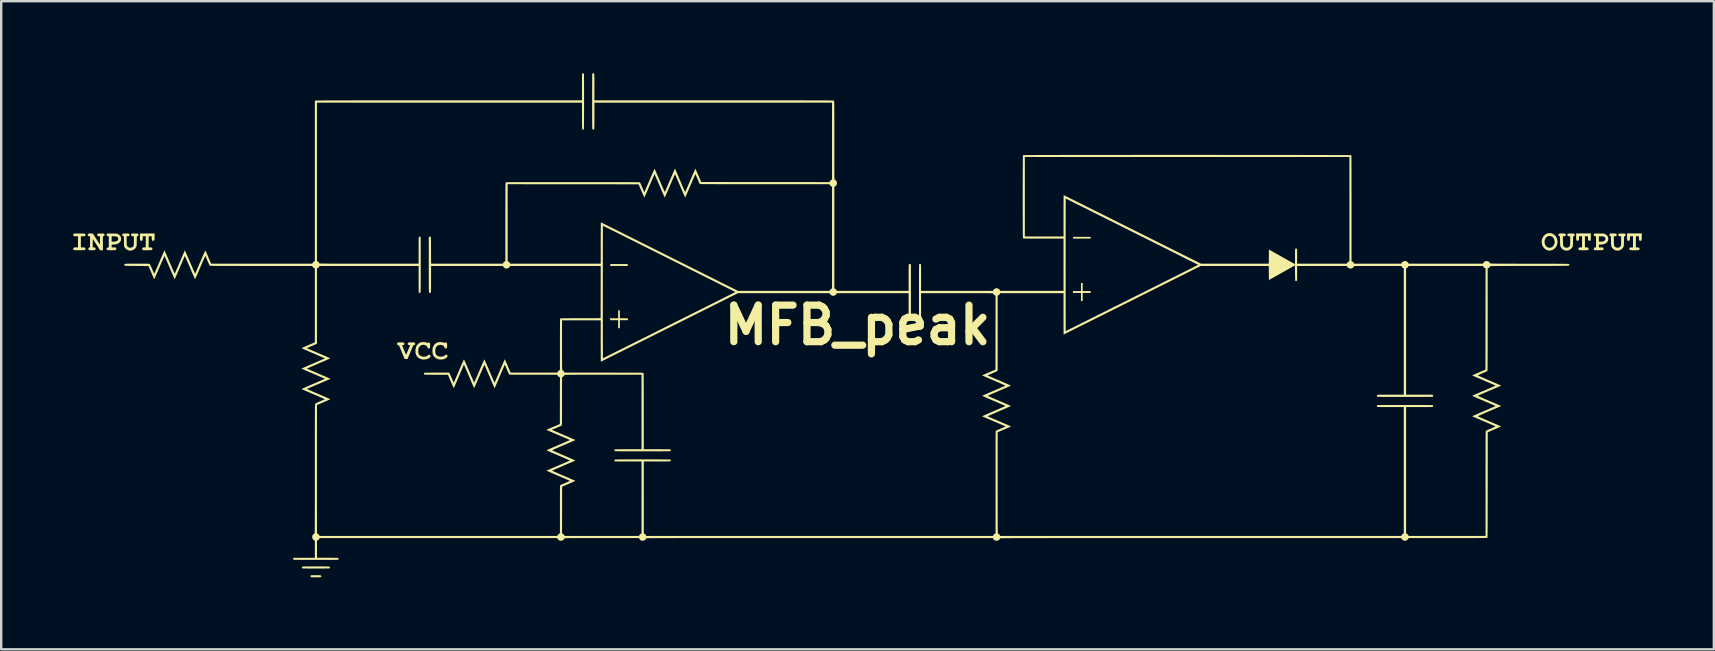
<source format=kicad_pcb>
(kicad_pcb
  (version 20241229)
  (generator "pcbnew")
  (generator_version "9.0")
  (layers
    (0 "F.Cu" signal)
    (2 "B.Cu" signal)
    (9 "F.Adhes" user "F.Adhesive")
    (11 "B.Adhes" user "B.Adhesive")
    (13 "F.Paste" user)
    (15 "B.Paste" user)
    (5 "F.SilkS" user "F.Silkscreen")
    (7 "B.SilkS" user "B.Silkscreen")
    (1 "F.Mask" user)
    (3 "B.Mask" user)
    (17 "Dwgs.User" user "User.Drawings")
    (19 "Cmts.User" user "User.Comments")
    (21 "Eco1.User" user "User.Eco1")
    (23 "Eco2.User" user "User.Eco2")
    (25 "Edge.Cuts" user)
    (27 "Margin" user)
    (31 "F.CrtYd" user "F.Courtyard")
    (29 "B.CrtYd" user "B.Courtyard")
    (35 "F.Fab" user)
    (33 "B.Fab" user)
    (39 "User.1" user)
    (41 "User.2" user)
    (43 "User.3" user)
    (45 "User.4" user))
  (footprint "MFB_peak"
    (layer "F.Cu")
    (at 32.675 10.496)
    (property "Reference" "MFB_peak" (at 0 0 0) (layer "F.SilkS") (effects (font (size 1.524 1.524) (thickness 0.3))))
    (attr board_only exclude_from_pos_files exclude_from_bom)
    (fp_poly (pts (xy -9.573 -2.465) (xy -10.299 -2.465) (xy -10.299 -2.545) (xy -9.573 -2.545)) (stroke (width 0) (type solid)) (fill yes) (layer "F.SilkS"))
    (fp_poly (pts (xy 9.716 -3.606) (xy 8.983 -3.606) (xy 8.983 -3.678) (xy 9.716 -3.678)) (stroke (width 0) (type solid)) (fill yes) (layer "F.SilkS"))
    (fp_poly (pts (xy 9.381 -1.42) (xy 9.716 -1.42) (xy 9.716 -1.34) (xy 9.381 -1.34) (xy 9.381 -1.005) (xy 9.31 -1.005) (xy 9.31 -1.34) (xy 8.975 -1.34) (xy 8.975 -1.42) (xy 9.31 -1.42) (xy 9.31 -1.755) (xy 9.381 -1.755)) (stroke (width 0) (type solid)) (fill yes) (layer "F.SilkS"))
    (fp_poly (pts (xy -9.9 -0.288) (xy -9.569 -0.283) (xy -9.566 -0.245) (xy -9.564 -0.207) (xy -9.9 -0.207) (xy -9.9 0.128) (xy -9.972 0.128) (xy -9.972 -0.207) (xy -10.307 -0.207) (xy -10.307 -0.287) (xy -9.972 -0.287) (xy -9.972 -0.614) (xy -9.9 -0.614)) (stroke (width 0) (type solid)) (fill yes) (layer "F.SilkS"))
    (fp_poly (pts (xy -22.503 10.419) (xy -22.454 10.419) (xy -22.418 10.42) (xy -22.392 10.421) (xy -22.374 10.423) (xy -22.362 10.425) (xy -22.355 10.429) (xy -22.35 10.433) (xy -22.338 10.455) (xy -22.342 10.476) (xy -22.353 10.49) (xy -22.358 10.495) (xy -22.366 10.499) (xy -22.377 10.502) (xy -22.394 10.504) (xy -22.418 10.505) (xy -22.453 10.506) (xy -22.499 10.506) (xy -22.559 10.506) (xy -22.562 10.506) (xy -22.616 10.505) (xy -22.666 10.505) (xy -22.708 10.504) (xy -22.74 10.503) (xy -22.76 10.502) (xy -22.766 10.501) (xy -22.78 10.488) (xy -22.786 10.466) (xy -22.783 10.444) (xy -22.779 10.437) (xy -22.767 10.418) (xy -22.565 10.418)) (stroke (width 0) (type solid)) (fill yes) (layer "F.SilkS"))
    (fp_poly (pts (xy -22.456 10.052) (xy -22.362 10.052) (xy -22.282 10.052) (xy -22.215 10.052) (xy -22.159 10.053) (xy -22.114 10.053) (xy -22.078 10.054) (xy -22.05 10.055) (xy -22.029 10.057) (xy -22.014 10.058) (xy -22.004 10.06) (xy -21.998 10.063) (xy -21.995 10.064) (xy -21.98 10.083) (xy -21.98 10.108) (xy -21.986 10.124) (xy -21.988 10.127) (xy -21.991 10.129) (xy -21.997 10.132) (xy -22.006 10.133) (xy -22.02 10.135) (xy -22.04 10.136) (xy -22.066 10.137) (xy -22.1 10.138) (xy -22.144 10.138) (xy -22.197 10.139) (xy -22.262 10.139) (xy -22.339 10.139) (xy -22.43 10.139) (xy -22.535 10.139) (xy -22.564 10.139) (xy -22.673 10.139) (xy -22.767 10.139) (xy -22.848 10.139) (xy -22.916 10.139) (xy -22.972 10.138) (xy -23.018 10.138) (xy -23.054 10.137) (xy -23.083 10.136) (xy -23.104 10.135) (xy -23.119 10.134) (xy -23.129 10.132) (xy -23.136 10.13) (xy -23.139 10.127) (xy -23.142 10.125) (xy -23.142 10.124) (xy -23.15 10.097) (xy -23.143 10.074) (xy -23.133 10.064) (xy -23.128 10.061) (xy -23.12 10.059) (xy -23.108 10.058) (xy -23.09 10.056) (xy -23.066 10.055) (xy -23.035 10.054) (xy -22.994 10.053) (xy -22.945 10.052) (xy -22.884 10.052) (xy -22.811 10.052) (xy -22.725 10.052) (xy -22.625 10.052) (xy -22.564 10.052)) (stroke (width 0) (type solid)) (fill yes) (layer "F.SilkS"))
    (fp_poly (pts (xy -32.356 -3.817) (xy -32.304 -3.817) (xy -32.265 -3.816) (xy -32.235 -3.815) (xy -32.215 -3.814) (xy -32.2 -3.811) (xy -32.191 -3.808) (xy -32.184 -3.804) (xy -32.182 -3.802) (xy -32.17 -3.782) (xy -32.165 -3.757) (xy -32.168 -3.734) (xy -32.171 -3.729) (xy -32.185 -3.716) (xy -32.21 -3.707) (xy -32.246 -3.703) (xy -32.284 -3.702) (xy -32.356 -3.702) (xy -32.356 -3.239) (xy -32.284 -3.239) (xy -32.237 -3.237) (xy -32.204 -3.232) (xy -32.182 -3.222) (xy -32.171 -3.212) (xy -32.165 -3.19) (xy -32.167 -3.165) (xy -32.178 -3.143) (xy -32.182 -3.138) (xy -32.188 -3.134) (xy -32.196 -3.13) (xy -32.208 -3.127) (xy -32.226 -3.125) (xy -32.252 -3.124) (xy -32.288 -3.123) (xy -32.336 -3.123) (xy -32.397 -3.122) (xy -32.407 -3.122) (xy -32.464 -3.122) (xy -32.516 -3.122) (xy -32.562 -3.122) (xy -32.598 -3.123) (xy -32.623 -3.124) (xy -32.633 -3.125) (xy -32.655 -3.136) (xy -32.67 -3.158) (xy -32.675 -3.181) (xy -32.67 -3.199) (xy -32.657 -3.218) (xy -32.656 -3.219) (xy -32.646 -3.228) (xy -32.634 -3.234) (xy -32.618 -3.237) (xy -32.594 -3.239) (xy -32.558 -3.239) (xy -32.476 -3.239) (xy -32.476 -3.702) (xy -32.556 -3.702) (xy -32.593 -3.702) (xy -32.618 -3.703) (xy -32.634 -3.706) (xy -32.645 -3.712) (xy -32.655 -3.721) (xy -32.656 -3.721) (xy -32.672 -3.747) (xy -32.673 -3.774) (xy -32.66 -3.798) (xy -32.645 -3.817) (xy -32.422 -3.817)) (stroke (width 0) (type solid)) (fill yes) (layer "F.SilkS"))
    (fp_poly (pts (xy 28.871 -3.832) (xy 28.899 -3.83) (xy 28.922 -3.824) (xy 28.948 -3.813) (xy 28.96 -3.807) (xy 29.022 -3.77) (xy 29.072 -3.724) (xy 29.111 -3.669) (xy 29.14 -3.608) (xy 29.157 -3.544) (xy 29.164 -3.477) (xy 29.159 -3.41) (xy 29.144 -3.345) (xy 29.118 -3.284) (xy 29.08 -3.228) (xy 29.032 -3.179) (xy 28.973 -3.14) (xy 28.965 -3.136) (xy 28.914 -3.117) (xy 28.858 -3.107) (xy 28.803 -3.106) (xy 28.764 -3.111) (xy 28.702 -3.135) (xy 28.645 -3.172) (xy 28.595 -3.221) (xy 28.555 -3.278) (xy 28.525 -3.343) (xy 28.509 -3.41) (xy 28.507 -3.451) (xy 28.625 -3.451) (xy 28.636 -3.386) (xy 28.659 -3.33) (xy 28.695 -3.284) (xy 28.743 -3.248) (xy 28.753 -3.243) (xy 28.803 -3.226) (xy 28.855 -3.224) (xy 28.905 -3.238) (xy 28.931 -3.251) (xy 28.978 -3.289) (xy 29.013 -3.337) (xy 29.036 -3.394) (xy 29.045 -3.457) (xy 29.044 -3.489) (xy 29.033 -3.555) (xy 29.01 -3.61) (xy 28.974 -3.656) (xy 28.926 -3.691) (xy 28.913 -3.698) (xy 28.864 -3.715) (xy 28.815 -3.717) (xy 28.768 -3.705) (xy 28.725 -3.682) (xy 28.688 -3.649) (xy 28.658 -3.606) (xy 28.636 -3.555) (xy 28.625 -3.498) (xy 28.625 -3.451) (xy 28.507 -3.451) (xy 28.505 -3.488) (xy 28.515 -3.562) (xy 28.538 -3.632) (xy 28.573 -3.694) (xy 28.62 -3.748) (xy 28.678 -3.791) (xy 28.708 -3.807) (xy 28.737 -3.82) (xy 28.761 -3.828) (xy 28.786 -3.832) (xy 28.819 -3.833) (xy 28.834 -3.833)) (stroke (width 0) (type solid)) (fill yes) (layer "F.SilkS"))
    (fp_poly (pts (xy 30.552 -3.681) (xy 30.551 -3.63) (xy 30.55 -3.593) (xy 30.548 -3.567) (xy 30.546 -3.55) (xy 30.543 -3.539) (xy 30.538 -3.532) (xy 30.531 -3.526) (xy 30.531 -3.525) (xy 30.503 -3.512) (xy 30.476 -3.514) (xy 30.457 -3.525) (xy 30.448 -3.533) (xy 30.443 -3.544) (xy 30.439 -3.561) (xy 30.437 -3.587) (xy 30.435 -3.621) (xy 30.432 -3.702) (xy 30.306 -3.702) (xy 30.306 -3.239) (xy 30.357 -3.239) (xy 30.388 -3.238) (xy 30.415 -3.234) (xy 30.429 -3.231) (xy 30.45 -3.216) (xy 30.461 -3.194) (xy 30.46 -3.169) (xy 30.45 -3.146) (xy 30.429 -3.13) (xy 30.424 -3.128) (xy 30.407 -3.125) (xy 30.378 -3.123) (xy 30.339 -3.121) (xy 30.294 -3.12) (xy 30.246 -3.12) (xy 30.197 -3.12) (xy 30.152 -3.121) (xy 30.113 -3.123) (xy 30.083 -3.125) (xy 30.066 -3.128) (xy 30.065 -3.128) (xy 30.044 -3.144) (xy 30.034 -3.168) (xy 30.036 -3.196) (xy 30.039 -3.204) (xy 30.048 -3.22) (xy 30.063 -3.231) (xy 30.085 -3.236) (xy 30.118 -3.238) (xy 30.137 -3.239) (xy 30.186 -3.239) (xy 30.186 -3.702) (xy 30.059 -3.702) (xy 30.059 -3.625) (xy 30.058 -3.589) (xy 30.057 -3.565) (xy 30.054 -3.55) (xy 30.047 -3.539) (xy 30.039 -3.53) (xy 30.014 -3.513) (xy 29.988 -3.511) (xy 29.965 -3.523) (xy 29.949 -3.549) (xy 29.948 -3.551) (xy 29.945 -3.568) (xy 29.942 -3.598) (xy 29.94 -3.637) (xy 29.939 -3.682) (xy 29.939 -3.699) (xy 29.939 -3.821) (xy 30.554 -3.821)) (stroke (width 0) (type solid)) (fill yes) (layer "F.SilkS"))
    (fp_poly (pts (xy 32.674 -3.681) (xy 32.673 -3.63) (xy 32.672 -3.593) (xy 32.67 -3.567) (xy 32.668 -3.55) (xy 32.665 -3.539) (xy 32.66 -3.532) (xy 32.653 -3.526) (xy 32.653 -3.525) (xy 32.625 -3.512) (xy 32.598 -3.514) (xy 32.579 -3.525) (xy 32.57 -3.533) (xy 32.565 -3.544) (xy 32.561 -3.561) (xy 32.559 -3.587) (xy 32.557 -3.621) (xy 32.554 -3.702) (xy 32.428 -3.702) (xy 32.428 -3.239) (xy 32.479 -3.239) (xy 32.51 -3.238) (xy 32.537 -3.234) (xy 32.551 -3.231) (xy 32.572 -3.216) (xy 32.583 -3.194) (xy 32.582 -3.169) (xy 32.572 -3.146) (xy 32.551 -3.13) (xy 32.546 -3.128) (xy 32.529 -3.125) (xy 32.5 -3.123) (xy 32.461 -3.121) (xy 32.416 -3.12) (xy 32.368 -3.12) (xy 32.319 -3.12) (xy 32.274 -3.121) (xy 32.235 -3.123) (xy 32.205 -3.125) (xy 32.188 -3.128) (xy 32.187 -3.128) (xy 32.166 -3.144) (xy 32.156 -3.168) (xy 32.158 -3.196) (xy 32.161 -3.204) (xy 32.17 -3.22) (xy 32.184 -3.231) (xy 32.207 -3.236) (xy 32.24 -3.238) (xy 32.259 -3.239) (xy 32.308 -3.239) (xy 32.308 -3.702) (xy 32.181 -3.702) (xy 32.181 -3.625) (xy 32.18 -3.589) (xy 32.179 -3.565) (xy 32.176 -3.55) (xy 32.169 -3.539) (xy 32.161 -3.53) (xy 32.136 -3.513) (xy 32.11 -3.511) (xy 32.087 -3.523) (xy 32.071 -3.549) (xy 32.07 -3.551) (xy 32.067 -3.568) (xy 32.064 -3.598) (xy 32.062 -3.637) (xy 32.061 -3.682) (xy 32.061 -3.699) (xy 32.061 -3.821) (xy 32.676 -3.821)) (stroke (width 0) (type solid)) (fill yes) (layer "F.SilkS"))
    (fp_poly (pts (xy -29.285 -3.685) (xy -29.285 -3.636) (xy -29.285 -3.599) (xy -29.287 -3.574) (xy -29.289 -3.557) (xy -29.292 -3.546) (xy -29.297 -3.537) (xy -29.304 -3.53) (xy -29.305 -3.53) (xy -29.33 -3.513) (xy -29.356 -3.511) (xy -29.379 -3.523) (xy -29.395 -3.549) (xy -29.396 -3.551) (xy -29.4 -3.571) (xy -29.403 -3.602) (xy -29.405 -3.635) (xy -29.405 -3.639) (xy -29.405 -3.702) (xy -29.532 -3.702) (xy -29.532 -3.239) (xy -29.472 -3.239) (xy -29.44 -3.238) (xy -29.419 -3.236) (xy -29.405 -3.23) (xy -29.393 -3.22) (xy -29.392 -3.219) (xy -29.376 -3.194) (xy -29.374 -3.168) (xy -29.386 -3.145) (xy -29.411 -3.129) (xy -29.414 -3.128) (xy -29.429 -3.126) (xy -29.456 -3.123) (xy -29.493 -3.122) (xy -29.537 -3.121) (xy -29.584 -3.12) (xy -29.632 -3.12) (xy -29.676 -3.12) (xy -29.715 -3.121) (xy -29.744 -3.122) (xy -29.762 -3.124) (xy -29.764 -3.125) (xy -29.789 -3.141) (xy -29.802 -3.166) (xy -29.803 -3.178) (xy -29.799 -3.205) (xy -29.786 -3.223) (xy -29.762 -3.234) (xy -29.725 -3.238) (xy -29.704 -3.239) (xy -29.652 -3.239) (xy -29.652 -3.702) (xy -29.78 -3.702) (xy -29.78 -3.625) (xy -29.78 -3.589) (xy -29.781 -3.565) (xy -29.785 -3.55) (xy -29.791 -3.539) (xy -29.799 -3.53) (xy -29.819 -3.514) (xy -29.838 -3.511) (xy -29.863 -3.519) (xy -29.874 -3.526) (xy -29.882 -3.536) (xy -29.888 -3.551) (xy -29.892 -3.573) (xy -29.894 -3.606) (xy -29.895 -3.65) (xy -29.895 -3.694) (xy -29.895 -3.817) (xy -29.285 -3.821)) (stroke (width 0) (type solid)) (fill yes) (layer "F.SilkS"))
    (fp_poly (pts (xy -30.997 -3.817) (xy -30.95 -3.817) (xy -30.913 -3.816) (xy -30.886 -3.815) (xy -30.866 -3.813) (xy -30.851 -3.81) (xy -30.838 -3.806) (xy -30.825 -3.8) (xy -30.817 -3.797) (xy -30.762 -3.764) (xy -30.721 -3.724) (xy -30.694 -3.677) (xy -30.681 -3.623) (xy -30.68 -3.594) (xy -30.686 -3.539) (xy -30.705 -3.492) (xy -30.738 -3.45) (xy -30.751 -3.438) (xy -30.787 -3.409) (xy -30.821 -3.389) (xy -30.859 -3.375) (xy -30.903 -3.366) (xy -30.957 -3.361) (xy -30.972 -3.36) (xy -31.072 -3.356) (xy -31.072 -3.239) (xy -30.996 -3.239) (xy -30.961 -3.238) (xy -30.93 -3.236) (xy -30.909 -3.232) (xy -30.903 -3.23) (xy -30.884 -3.212) (xy -30.877 -3.188) (xy -30.88 -3.163) (xy -30.893 -3.141) (xy -30.914 -3.128) (xy -30.929 -3.125) (xy -30.956 -3.123) (xy -30.993 -3.122) (xy -31.037 -3.121) (xy -31.083 -3.12) (xy -31.129 -3.12) (xy -31.172 -3.121) (xy -31.209 -3.122) (xy -31.235 -3.123) (xy -31.245 -3.125) (xy -31.266 -3.136) (xy -31.282 -3.157) (xy -31.287 -3.181) (xy -31.28 -3.205) (xy -31.261 -3.224) (xy -31.236 -3.237) (xy -31.22 -3.239) (xy -31.192 -3.239) (xy -31.192 -3.702) (xy -31.22 -3.702) (xy -31.228 -3.703) (xy -31.072 -3.703) (xy -31.072 -3.478) (xy -31.002 -3.478) (xy -30.962 -3.48) (xy -30.923 -3.484) (xy -30.893 -3.489) (xy -30.891 -3.49) (xy -30.851 -3.508) (xy -30.821 -3.534) (xy -30.803 -3.565) (xy -30.797 -3.599) (xy -30.805 -3.633) (xy -30.82 -3.657) (xy -30.839 -3.675) (xy -30.865 -3.687) (xy -30.9 -3.695) (xy -30.948 -3.699) (xy -30.974 -3.7) (xy -31.072 -3.703) (xy -31.228 -3.703) (xy -31.25 -3.708) (xy -31.272 -3.724) (xy -31.284 -3.747) (xy -31.284 -3.774) (xy -31.272 -3.798) (xy -31.257 -3.817) (xy -31.059 -3.817)) (stroke (width 0) (type solid)) (fill yes) (layer "F.SilkS"))
    (fp_poly (pts (xy 30.963 -3.817) (xy 31.011 -3.817) (xy 31.047 -3.816) (xy 31.074 -3.815) (xy 31.094 -3.813) (xy 31.11 -3.81) (xy 31.123 -3.806) (xy 31.136 -3.8) (xy 31.144 -3.796) (xy 31.198 -3.764) (xy 31.239 -3.723) (xy 31.266 -3.676) (xy 31.278 -3.622) (xy 31.279 -3.603) (xy 31.274 -3.546) (xy 31.257 -3.497) (xy 31.228 -3.455) (xy 31.184 -3.418) (xy 31.167 -3.406) (xy 31.119 -3.382) (xy 31.062 -3.367) (xy 30.993 -3.359) (xy 30.958 -3.359) (xy 30.888 -3.358) (xy 30.888 -3.239) (xy 30.958 -3.239) (xy 31.001 -3.238) (xy 31.032 -3.236) (xy 31.052 -3.231) (xy 31.065 -3.222) (xy 31.074 -3.21) (xy 31.076 -3.207) (xy 31.083 -3.179) (xy 31.076 -3.152) (xy 31.057 -3.133) (xy 31.046 -3.128) (xy 31.031 -3.125) (xy 31.004 -3.123) (xy 30.967 -3.122) (xy 30.924 -3.121) (xy 30.877 -3.12) (xy 30.831 -3.12) (xy 30.788 -3.121) (xy 30.752 -3.122) (xy 30.725 -3.123) (xy 30.715 -3.125) (xy 30.694 -3.136) (xy 30.678 -3.158) (xy 30.673 -3.184) (xy 30.68 -3.207) (xy 30.699 -3.226) (xy 30.726 -3.237) (xy 30.742 -3.239) (xy 30.769 -3.239) (xy 30.769 -3.702) (xy 30.888 -3.702) (xy 30.888 -3.478) (xy 30.957 -3.478) (xy 30.993 -3.479) (xy 31.028 -3.482) (xy 31.056 -3.486) (xy 31.059 -3.487) (xy 31.101 -3.503) (xy 31.132 -3.527) (xy 31.153 -3.557) (xy 31.162 -3.59) (xy 31.158 -3.623) (xy 31.141 -3.655) (xy 31.134 -3.662) (xy 31.114 -3.678) (xy 31.09 -3.69) (xy 31.058 -3.697) (xy 31.016 -3.701) (xy 30.97 -3.701) (xy 30.888 -3.702) (xy 30.769 -3.702) (xy 30.742 -3.702) (xy 30.711 -3.708) (xy 30.688 -3.724) (xy 30.676 -3.746) (xy 30.675 -3.773) (xy 30.688 -3.798) (xy 30.704 -3.817) (xy 30.902 -3.817)) (stroke (width 0) (type solid)) (fill yes) (layer "F.SilkS"))
    (fp_poly (pts (xy -17.346 0.704) (xy -17.275 0.719) (xy -17.269 0.721) (xy -17.239 0.731) (xy -17.219 0.736) (xy -17.205 0.737) (xy -17.194 0.733) (xy -17.184 0.728) (xy -17.162 0.719) (xy -17.141 0.721) (xy -17.138 0.722) (xy -17.121 0.731) (xy -17.108 0.746) (xy -17.101 0.768) (xy -17.097 0.8) (xy -17.097 0.845) (xy -17.097 0.855) (xy -17.1 0.902) (xy -17.105 0.935) (xy -17.114 0.956) (xy -17.127 0.968) (xy -17.147 0.973) (xy -17.156 0.973) (xy -17.177 0.97) (xy -17.193 0.957) (xy -17.207 0.934) (xy -17.215 0.911) (xy -17.235 0.874) (xy -17.268 0.847) (xy -17.312 0.83) (xy -17.369 0.822) (xy -17.385 0.822) (xy -17.437 0.827) (xy -17.481 0.845) (xy -17.521 0.876) (xy -17.547 0.904) (xy -17.565 0.931) (xy -17.577 0.961) (xy -17.584 0.999) (xy -17.588 1.047) (xy -17.589 1.06) (xy -17.589 1.114) (xy -17.586 1.156) (xy -17.577 1.189) (xy -17.562 1.218) (xy -17.54 1.245) (xy -17.537 1.249) (xy -17.503 1.278) (xy -17.465 1.297) (xy -17.42 1.308) (xy -17.365 1.312) (xy -17.363 1.312) (xy -17.312 1.31) (xy -17.273 1.304) (xy -17.24 1.291) (xy -17.209 1.271) (xy -17.194 1.26) (xy -17.162 1.237) (xy -17.135 1.229) (xy -17.111 1.236) (xy -17.097 1.247) (xy -17.082 1.272) (xy -17.082 1.299) (xy -17.095 1.326) (xy -17.118 1.354) (xy -17.152 1.379) (xy -17.193 1.4) (xy -17.242 1.417) (xy -17.291 1.428) (xy -17.329 1.433) (xy -17.358 1.434) (xy -17.386 1.433) (xy -17.418 1.429) (xy -17.428 1.427) (xy -17.489 1.413) (xy -17.539 1.392) (xy -17.585 1.36) (xy -17.615 1.333) (xy -17.65 1.294) (xy -17.675 1.257) (xy -17.692 1.217) (xy -17.702 1.169) (xy -17.707 1.111) (xy -17.708 1.1) (xy -17.709 1.055) (xy -17.707 1.013) (xy -17.704 0.978) (xy -17.702 0.97) (xy -17.689 0.924) (xy -17.668 0.877) (xy -17.643 0.832) (xy -17.616 0.797) (xy -17.605 0.786) (xy -17.549 0.745) (xy -17.485 0.718) (xy -17.417 0.704)) (stroke (width 0) (type solid)) (fill yes) (layer "F.SilkS"))
    (fp_poly (pts (xy -18.089 0.706) (xy -18.047 0.707) (xy -18.017 0.709) (xy -17.993 0.713) (xy -17.972 0.72) (xy -17.959 0.725) (xy -17.935 0.735) (xy -17.92 0.739) (xy -17.908 0.737) (xy -17.898 0.731) (xy -17.87 0.719) (xy -17.845 0.723) (xy -17.825 0.738) (xy -17.817 0.747) (xy -17.811 0.757) (xy -17.808 0.772) (xy -17.806 0.794) (xy -17.806 0.827) (xy -17.806 0.849) (xy -17.806 0.889) (xy -17.807 0.916) (xy -17.809 0.934) (xy -17.814 0.946) (xy -17.82 0.954) (xy -17.823 0.957) (xy -17.849 0.972) (xy -17.874 0.973) (xy -17.897 0.96) (xy -17.914 0.934) (xy -17.918 0.923) (xy -17.93 0.892) (xy -17.946 0.87) (xy -17.972 0.851) (xy -17.993 0.841) (xy -18.031 0.828) (xy -18.076 0.822) (xy -18.121 0.822) (xy -18.16 0.83) (xy -18.167 0.833) (xy -18.206 0.856) (xy -18.243 0.891) (xy -18.272 0.932) (xy -18.275 0.937) (xy -18.284 0.955) (xy -18.29 0.973) (xy -18.293 0.992) (xy -18.295 1.018) (xy -18.296 1.055) (xy -18.296 1.073) (xy -18.296 1.116) (xy -18.294 1.146) (xy -18.291 1.168) (xy -18.286 1.185) (xy -18.279 1.201) (xy -18.246 1.246) (xy -18.201 1.281) (xy -18.146 1.304) (xy -18.095 1.313) (xy -18.031 1.314) (xy -17.974 1.302) (xy -17.923 1.275) (xy -17.908 1.264) (xy -17.87 1.24) (xy -17.84 1.23) (xy -17.816 1.234) (xy -17.798 1.252) (xy -17.791 1.268) (xy -17.789 1.296) (xy -17.801 1.325) (xy -17.825 1.354) (xy -17.86 1.38) (xy -17.903 1.402) (xy -17.928 1.411) (xy -17.977 1.423) (xy -18.032 1.43) (xy -18.086 1.432) (xy -18.132 1.428) (xy -18.136 1.428) (xy -18.211 1.408) (xy -18.274 1.376) (xy -18.327 1.333) (xy -18.368 1.28) (xy -18.397 1.217) (xy -18.414 1.145) (xy -18.418 1.064) (xy -18.416 1.033) (xy -18.404 0.954) (xy -18.382 0.886) (xy -18.348 0.828) (xy -18.302 0.78) (xy -18.245 0.74) (xy -18.228 0.732) (xy -18.205 0.72) (xy -18.185 0.713) (xy -18.165 0.709) (xy -18.14 0.707) (xy -18.105 0.706)) (stroke (width 0) (type solid)) (fill yes) (layer "F.SilkS"))
    (fp_poly (pts (xy -18.538 0.718) (xy -18.505 0.719) (xy -18.483 0.721) (xy -18.468 0.724) (xy -18.457 0.729) (xy -18.449 0.734) (xy -18.432 0.755) (xy -18.428 0.777) (xy -18.434 0.804) (xy -18.453 0.823) (xy -18.483 0.835) (xy -18.491 0.838) (xy -18.498 0.841) (xy -18.505 0.848) (xy -18.513 0.86) (xy -18.523 0.878) (xy -18.535 0.904) (xy -18.55 0.939) (xy -18.57 0.986) (xy -18.595 1.046) (xy -18.597 1.049) (xy -18.621 1.108) (xy -18.646 1.166) (xy -18.669 1.221) (xy -18.689 1.27) (xy -18.705 1.309) (xy -18.716 1.334) (xy -18.749 1.412) (xy -18.865 1.412) (xy -18.897 1.334) (xy -18.909 1.306) (xy -18.926 1.265) (xy -18.947 1.216) (xy -18.97 1.16) (xy -18.994 1.102) (xy -19.016 1.049) (xy -19.042 0.989) (xy -19.062 0.941) (xy -19.077 0.905) (xy -19.09 0.879) (xy -19.099 0.861) (xy -19.107 0.849) (xy -19.114 0.842) (xy -19.121 0.838) (xy -19.129 0.836) (xy -19.13 0.835) (xy -19.162 0.822) (xy -19.18 0.803) (xy -19.186 0.777) (xy -19.18 0.752) (xy -19.165 0.734) (xy -19.155 0.728) (xy -19.143 0.723) (xy -19.127 0.72) (xy -19.103 0.719) (xy -19.068 0.718) (xy -19.03 0.718) (xy -18.985 0.718) (xy -18.952 0.719) (xy -18.93 0.721) (xy -18.914 0.724) (xy -18.903 0.729) (xy -18.896 0.734) (xy -18.879 0.755) (xy -18.874 0.777) (xy -18.881 0.805) (xy -18.901 0.824) (xy -18.934 0.835) (xy -18.941 0.835) (xy -18.976 0.839) (xy -18.894 1.034) (xy -18.873 1.086) (xy -18.853 1.133) (xy -18.836 1.173) (xy -18.822 1.205) (xy -18.813 1.225) (xy -18.809 1.233) (xy -18.805 1.228) (xy -18.795 1.21) (xy -18.782 1.182) (xy -18.767 1.147) (xy -18.758 1.127) (xy -18.738 1.079) (xy -18.716 1.026) (xy -18.694 0.975) (xy -18.676 0.932) (xy -18.675 0.929) (xy -18.637 0.842) (xy -18.673 0.836) (xy -18.708 0.826) (xy -18.73 0.809) (xy -18.739 0.783) (xy -18.739 0.777) (xy -18.733 0.752) (xy -18.718 0.734) (xy -18.708 0.728) (xy -18.697 0.723) (xy -18.68 0.72) (xy -18.656 0.719) (xy -18.622 0.718) (xy -18.583 0.718)) (stroke (width 0) (type solid)) (fill yes) (layer "F.SilkS"))
    (fp_poly (pts (xy -30.4 -3.818) (xy -30.37 -3.813) (xy -30.349 -3.805) (xy -30.336 -3.793) (xy -30.332 -3.783) (xy -30.329 -3.756) (xy -30.336 -3.731) (xy -30.352 -3.712) (xy -30.363 -3.707) (xy -30.383 -3.704) (xy -30.41 -3.702) (xy -30.416 -3.702) (xy -30.451 -3.702) (xy -30.448 -3.511) (xy -30.447 -3.451) (xy -30.447 -3.405) (xy -30.445 -3.371) (xy -30.444 -3.346) (xy -30.441 -3.328) (xy -30.438 -3.315) (xy -30.434 -3.305) (xy -30.428 -3.296) (xy -30.426 -3.293) (xy -30.393 -3.257) (xy -30.353 -3.234) (xy -30.308 -3.224) (xy -30.262 -3.227) (xy -30.218 -3.244) (xy -30.194 -3.26) (xy -30.18 -3.273) (xy -30.169 -3.285) (xy -30.16 -3.3) (xy -30.154 -3.318) (xy -30.151 -3.343) (xy -30.148 -3.375) (xy -30.147 -3.419) (xy -30.147 -3.475) (xy -30.147 -3.514) (xy -30.147 -3.702) (xy -30.187 -3.702) (xy -30.215 -3.703) (xy -30.234 -3.711) (xy -30.247 -3.721) (xy -30.263 -3.747) (xy -30.264 -3.774) (xy -30.251 -3.798) (xy -30.245 -3.805) (xy -30.237 -3.811) (xy -30.226 -3.814) (xy -30.208 -3.816) (xy -30.181 -3.817) (xy -30.143 -3.817) (xy -30.112 -3.817) (xy -30.064 -3.817) (xy -30.03 -3.816) (xy -30.006 -3.815) (xy -29.99 -3.812) (xy -29.98 -3.808) (xy -29.972 -3.802) (xy -29.957 -3.779) (xy -29.956 -3.753) (xy -29.966 -3.728) (xy -29.976 -3.718) (xy -29.995 -3.706) (xy -30.011 -3.702) (xy -30.012 -3.702) (xy -30.016 -3.701) (xy -30.019 -3.697) (xy -30.022 -3.688) (xy -30.024 -3.672) (xy -30.025 -3.648) (xy -30.027 -3.614) (xy -30.027 -3.567) (xy -30.028 -3.507) (xy -30.028 -3.5) (xy -30.031 -3.299) (xy -30.053 -3.253) (xy -30.087 -3.202) (xy -30.133 -3.159) (xy -30.187 -3.128) (xy -30.247 -3.11) (xy -30.281 -3.106) (xy -30.313 -3.106) (xy -30.342 -3.108) (xy -30.359 -3.11) (xy -30.414 -3.132) (xy -30.466 -3.167) (xy -30.511 -3.211) (xy -30.536 -3.247) (xy -30.557 -3.283) (xy -30.56 -3.491) (xy -30.562 -3.7) (xy -30.59 -3.705) (xy -30.615 -3.716) (xy -30.629 -3.736) (xy -30.633 -3.764) (xy -30.631 -3.783) (xy -30.623 -3.798) (xy -30.607 -3.808) (xy -30.581 -3.814) (xy -30.543 -3.818) (xy -30.499 -3.82) (xy -30.443 -3.82)) (stroke (width 0) (type solid)) (fill yes) (layer "F.SilkS"))
    (fp_poly (pts (xy -31.938 -3.819) (xy -31.858 -3.817) (xy -31.714 -3.592) (xy -31.68 -3.539) (xy -31.648 -3.489) (xy -31.62 -3.446) (xy -31.596 -3.409) (xy -31.579 -3.382) (xy -31.568 -3.366) (xy -31.565 -3.362) (xy -31.563 -3.368) (xy -31.561 -3.387) (xy -31.56 -3.418) (xy -31.559 -3.459) (xy -31.559 -3.507) (xy -31.559 -3.529) (xy -31.559 -3.702) (xy -31.599 -3.702) (xy -31.627 -3.703) (xy -31.646 -3.711) (xy -31.659 -3.721) (xy -31.675 -3.747) (xy -31.676 -3.774) (xy -31.663 -3.798) (xy -31.657 -3.805) (xy -31.649 -3.811) (xy -31.638 -3.814) (xy -31.62 -3.816) (xy -31.594 -3.817) (xy -31.556 -3.817) (xy -31.523 -3.817) (xy -31.475 -3.817) (xy -31.441 -3.817) (xy -31.418 -3.815) (xy -31.403 -3.813) (xy -31.393 -3.809) (xy -31.387 -3.803) (xy -31.382 -3.798) (xy -31.369 -3.771) (xy -31.37 -3.744) (xy -31.384 -3.721) (xy -31.388 -3.718) (xy -31.407 -3.706) (xy -31.424 -3.702) (xy -31.424 -3.702) (xy -31.428 -3.701) (xy -31.431 -3.698) (xy -31.433 -3.691) (xy -31.435 -3.679) (xy -31.437 -3.661) (xy -31.438 -3.633) (xy -31.438 -3.597) (xy -31.439 -3.548) (xy -31.439 -3.487) (xy -31.439 -3.411) (xy -31.439 -3.119) (xy -31.555 -3.119) (xy -31.702 -3.351) (xy -31.737 -3.406) (xy -31.769 -3.456) (xy -31.798 -3.5) (xy -31.822 -3.537) (xy -31.84 -3.565) (xy -31.852 -3.582) (xy -31.856 -3.587) (xy -31.857 -3.581) (xy -31.859 -3.56) (xy -31.86 -3.529) (xy -31.861 -3.487) (xy -31.862 -3.439) (xy -31.862 -3.415) (xy -31.862 -3.239) (xy -31.826 -3.239) (xy -31.799 -3.237) (xy -31.776 -3.233) (xy -31.771 -3.231) (xy -31.752 -3.217) (xy -31.742 -3.193) (xy -31.742 -3.168) (xy -31.745 -3.158) (xy -31.755 -3.143) (xy -31.769 -3.132) (xy -31.791 -3.125) (xy -31.821 -3.121) (xy -31.864 -3.12) (xy -31.894 -3.119) (xy -31.945 -3.12) (xy -31.983 -3.123) (xy -32.008 -3.127) (xy -32.013 -3.129) (xy -32.036 -3.148) (xy -32.047 -3.172) (xy -32.045 -3.197) (xy -32.032 -3.218) (xy -32.008 -3.233) (xy -32.003 -3.234) (xy -31.973 -3.242) (xy -31.973 -3.702) (xy -31.997 -3.702) (xy -32.03 -3.707) (xy -32.055 -3.721) (xy -32.07 -3.742) (xy -32.071 -3.768) (xy -32.066 -3.782) (xy -32.055 -3.799) (xy -32.037 -3.81) (xy -32.012 -3.817) (xy -31.976 -3.819)) (stroke (width 0) (type solid)) (fill yes) (layer "F.SilkS"))
    (fp_poly (pts (xy 29.374 -3.82) (xy 29.424 -3.818) (xy 29.46 -3.814) (xy 29.484 -3.807) (xy 29.499 -3.796) (xy 29.506 -3.781) (xy 29.508 -3.762) (xy 29.505 -3.735) (xy 29.493 -3.718) (xy 29.47 -3.708) (xy 29.437 -3.703) (xy 29.388 -3.7) (xy 29.39 -3.511) (xy 29.391 -3.445) (xy 29.393 -3.394) (xy 29.395 -3.354) (xy 29.399 -3.324) (xy 29.405 -3.301) (xy 29.414 -3.284) (xy 29.425 -3.271) (xy 29.44 -3.259) (xy 29.453 -3.25) (xy 29.496 -3.23) (xy 29.544 -3.224) (xy 29.591 -3.231) (xy 29.633 -3.252) (xy 29.644 -3.26) (xy 29.659 -3.273) (xy 29.67 -3.285) (xy 29.678 -3.3) (xy 29.684 -3.318) (xy 29.688 -3.343) (xy 29.69 -3.375) (xy 29.691 -3.419) (xy 29.692 -3.475) (xy 29.692 -3.514) (xy 29.692 -3.702) (xy 29.653 -3.702) (xy 29.617 -3.707) (xy 29.591 -3.721) (xy 29.575 -3.741) (xy 29.572 -3.766) (xy 29.583 -3.793) (xy 29.587 -3.798) (xy 29.594 -3.805) (xy 29.601 -3.811) (xy 29.612 -3.814) (xy 29.63 -3.816) (xy 29.657 -3.817) (xy 29.695 -3.817) (xy 29.728 -3.817) (xy 29.775 -3.817) (xy 29.809 -3.817) (xy 29.832 -3.815) (xy 29.847 -3.813) (xy 29.857 -3.809) (xy 29.864 -3.803) (xy 29.868 -3.798) (xy 29.879 -3.778) (xy 29.883 -3.76) (xy 29.877 -3.74) (xy 29.862 -3.72) (xy 29.842 -3.705) (xy 29.828 -3.702) (xy 29.824 -3.701) (xy 29.82 -3.698) (xy 29.817 -3.691) (xy 29.815 -3.677) (xy 29.813 -3.656) (xy 29.812 -3.625) (xy 29.811 -3.582) (xy 29.81 -3.526) (xy 29.81 -3.5) (xy 29.809 -3.438) (xy 29.808 -3.389) (xy 29.807 -3.352) (xy 29.805 -3.325) (xy 29.803 -3.304) (xy 29.8 -3.289) (xy 29.796 -3.276) (xy 29.79 -3.264) (xy 29.79 -3.262) (xy 29.754 -3.206) (xy 29.708 -3.161) (xy 29.653 -3.129) (xy 29.592 -3.11) (xy 29.558 -3.106) (xy 29.524 -3.106) (xy 29.489 -3.109) (xy 29.468 -3.114) (xy 29.415 -3.136) (xy 29.365 -3.171) (xy 29.323 -3.216) (xy 29.292 -3.267) (xy 29.291 -3.269) (xy 29.285 -3.282) (xy 29.281 -3.296) (xy 29.278 -3.314) (xy 29.276 -3.336) (xy 29.274 -3.367) (xy 29.273 -3.407) (xy 29.271 -3.46) (xy 29.271 -3.503) (xy 29.267 -3.7) (xy 29.244 -3.704) (xy 29.221 -3.716) (xy 29.207 -3.738) (xy 29.203 -3.766) (xy 29.206 -3.78) (xy 29.215 -3.796) (xy 29.229 -3.808) (xy 29.252 -3.815) (xy 29.284 -3.819) (xy 29.329 -3.821)) (stroke (width 0) (type solid)) (fill yes) (layer "F.SilkS"))
    (fp_poly (pts (xy 31.496 -3.82) (xy 31.546 -3.818) (xy 31.582 -3.814) (xy 31.606 -3.807) (xy 31.621 -3.796) (xy 31.628 -3.781) (xy 31.63 -3.762) (xy 31.627 -3.735) (xy 31.615 -3.718) (xy 31.592 -3.708) (xy 31.559 -3.703) (xy 31.51 -3.7) (xy 31.512 -3.511) (xy 31.513 -3.445) (xy 31.515 -3.394) (xy 31.517 -3.354) (xy 31.521 -3.324) (xy 31.527 -3.301) (xy 31.536 -3.284) (xy 31.547 -3.271) (xy 31.562 -3.259) (xy 31.575 -3.25) (xy 31.618 -3.23) (xy 31.666 -3.224) (xy 31.713 -3.231) (xy 31.755 -3.252) (xy 31.766 -3.26) (xy 31.781 -3.273) (xy 31.792 -3.285) (xy 31.8 -3.3) (xy 31.806 -3.318) (xy 31.81 -3.343) (xy 31.812 -3.375) (xy 31.813 -3.419) (xy 31.814 -3.475) (xy 31.814 -3.514) (xy 31.814 -3.702) (xy 31.775 -3.702) (xy 31.739 -3.707) (xy 31.713 -3.721) (xy 31.697 -3.741) (xy 31.694 -3.766) (xy 31.705 -3.793) (xy 31.709 -3.798) (xy 31.716 -3.805) (xy 31.723 -3.811) (xy 31.734 -3.814) (xy 31.752 -3.816) (xy 31.779 -3.817) (xy 31.817 -3.817) (xy 31.85 -3.817) (xy 31.897 -3.817) (xy 31.931 -3.817) (xy 31.954 -3.815) (xy 31.969 -3.813) (xy 31.979 -3.809) (xy 31.986 -3.803) (xy 31.99 -3.798) (xy 32.004 -3.771) (xy 32.003 -3.744) (xy 31.988 -3.721) (xy 31.984 -3.718) (xy 31.965 -3.706) (xy 31.949 -3.702) (xy 31.949 -3.702) (xy 31.945 -3.701) (xy 31.941 -3.696) (xy 31.938 -3.687) (xy 31.937 -3.672) (xy 31.935 -3.647) (xy 31.934 -3.613) (xy 31.933 -3.566) (xy 31.932 -3.505) (xy 31.932 -3.5) (xy 31.931 -3.438) (xy 31.93 -3.389) (xy 31.929 -3.352) (xy 31.927 -3.325) (xy 31.925 -3.304) (xy 31.922 -3.289) (xy 31.918 -3.276) (xy 31.912 -3.264) (xy 31.912 -3.262) (xy 31.876 -3.206) (xy 31.83 -3.161) (xy 31.775 -3.129) (xy 31.714 -3.11) (xy 31.68 -3.106) (xy 31.646 -3.106) (xy 31.611 -3.109) (xy 31.59 -3.114) (xy 31.537 -3.136) (xy 31.487 -3.171) (xy 31.445 -3.216) (xy 31.414 -3.267) (xy 31.413 -3.269) (xy 31.407 -3.282) (xy 31.403 -3.296) (xy 31.4 -3.314) (xy 31.398 -3.336) (xy 31.396 -3.367) (xy 31.395 -3.407) (xy 31.393 -3.46) (xy 31.393 -3.503) (xy 31.389 -3.7) (xy 31.366 -3.704) (xy 31.343 -3.716) (xy 31.329 -3.738) (xy 31.325 -3.766) (xy 31.328 -3.78) (xy 31.337 -3.796) (xy 31.351 -3.808) (xy 31.374 -3.815) (xy 31.406 -3.819) (xy 31.451 -3.821)) (stroke (width 0) (type solid)) (fill yes) (layer "F.SilkS"))
    (fp_poly (pts (xy -11.42 -10.495) (xy -11.405 -10.484) (xy -11.403 -10.481) (xy -11.401 -10.476) (xy -11.4 -10.468) (xy -11.399 -10.457) (xy -11.397 -10.441) (xy -11.396 -10.421) (xy -11.395 -10.394) (xy -11.395 -10.361) (xy -11.394 -10.32) (xy -11.393 -10.272) (xy -11.393 -10.214) (xy -11.393 -10.146) (xy -11.392 -10.069) (xy -11.392 -9.979) (xy -11.392 -9.878) (xy -11.392 -9.764) (xy -11.392 -9.637) (xy -11.392 -9.495) (xy -11.392 -9.338) (xy -11.392 -9.318) (xy -11.392 -9.147) (xy -11.392 -8.992) (xy -11.392 -8.852) (xy -11.392 -8.726) (xy -11.393 -8.614) (xy -11.393 -8.516) (xy -11.394 -8.43) (xy -11.394 -8.358) (xy -11.395 -8.297) (xy -11.396 -8.248) (xy -11.397 -8.209) (xy -11.398 -8.182) (xy -11.399 -8.164) (xy -11.4 -8.156) (xy -11.401 -8.156) (xy -11.415 -8.148) (xy -11.431 -8.145) (xy -11.439 -8.145) (xy -11.447 -8.145) (xy -11.453 -8.146) (xy -11.458 -8.15) (xy -11.463 -8.157) (xy -11.466 -8.168) (xy -11.469 -8.186) (xy -11.472 -8.21) (xy -11.473 -8.242) (xy -11.475 -8.282) (xy -11.476 -8.333) (xy -11.476 -8.395) (xy -11.477 -8.468) (xy -11.477 -8.555) (xy -11.477 -8.657) (xy -11.478 -8.715) (xy -11.48 -9.27) (xy -22.52 -9.27) (xy -22.52 -2.666) (xy -22.496 -2.656) (xy -22.478 -2.645) (xy -22.457 -2.627) (xy -22.437 -2.606) (xy -22.422 -2.586) (xy -22.416 -2.571) (xy -22.416 -2.571) (xy -22.414 -2.57) (xy -22.407 -2.569) (xy -22.395 -2.568) (xy -22.377 -2.567) (xy -22.352 -2.566) (xy -22.321 -2.566) (xy -22.282 -2.565) (xy -22.236 -2.564) (xy -22.18 -2.564) (xy -22.116 -2.563) (xy -22.043 -2.563) (xy -21.96 -2.562) (xy -21.866 -2.562) (xy -21.761 -2.562) (xy -21.644 -2.562) (xy -21.515 -2.561) (xy -21.374 -2.561) (xy -21.22 -2.561) (xy -21.052 -2.561) (xy -20.87 -2.561) (xy -20.673 -2.561) (xy -20.462 -2.561) (xy -20.35 -2.561) (xy -18.284 -2.561) (xy -18.284 -3.111) (xy -18.284 -3.218) (xy -18.284 -3.31) (xy -18.284 -3.389) (xy -18.284 -3.455) (xy -18.283 -3.51) (xy -18.283 -3.554) (xy -18.282 -3.589) (xy -18.281 -3.617) (xy -18.28 -3.637) (xy -18.278 -3.652) (xy -18.276 -3.662) (xy -18.274 -3.669) (xy -18.272 -3.674) (xy -18.269 -3.677) (xy -18.268 -3.678) (xy -18.246 -3.692) (xy -18.224 -3.69) (xy -18.21 -3.679) (xy -18.208 -3.676) (xy -18.206 -3.671) (xy -18.205 -3.663) (xy -18.203 -3.652) (xy -18.202 -3.636) (xy -18.201 -3.615) (xy -18.2 -3.588) (xy -18.199 -3.555) (xy -18.199 -3.514) (xy -18.198 -3.465) (xy -18.198 -3.407) (xy -18.197 -3.339) (xy -18.197 -3.261) (xy -18.197 -3.171) (xy -18.197 -3.069) (xy -18.197 -2.955) (xy -18.196 -2.827) (xy -18.196 -2.684) (xy -18.196 -2.527) (xy -18.196 -2.511) (xy -18.196 -2.347) (xy -18.197 -2.197) (xy -18.197 -2.063) (xy -18.197 -1.942) (xy -18.197 -1.835) (xy -18.198 -1.741) (xy -18.198 -1.658) (xy -18.198 -1.587) (xy -18.199 -1.527) (xy -18.2 -1.476) (xy -18.201 -1.436) (xy -18.202 -1.404) (xy -18.203 -1.38) (xy -18.204 -1.363) (xy -18.205 -1.354) (xy -18.206 -1.35) (xy -18.231 -1.339) (xy -18.256 -1.341) (xy -18.268 -1.349) (xy -18.271 -1.353) (xy -18.274 -1.357) (xy -18.276 -1.363) (xy -18.278 -1.372) (xy -18.28 -1.385) (xy -18.281 -1.404) (xy -18.282 -1.429) (xy -18.283 -1.462) (xy -18.283 -1.504) (xy -18.284 -1.555) (xy -18.284 -1.618) (xy -18.284 -1.693) (xy -18.284 -1.781) (xy -18.284 -1.884) (xy -18.284 -2.465) (xy -22.415 -2.465) (xy -22.425 -2.441) (xy -22.441 -2.415) (xy -22.467 -2.39) (xy -22.495 -2.371) (xy -22.502 -2.369) (xy -22.52 -2.362) (xy -22.52 0.773) (xy -22.55 0.789) (xy -22.566 0.796) (xy -22.594 0.808) (xy -22.631 0.825) (xy -22.676 0.845) (xy -22.726 0.866) (xy -22.762 0.882) (xy -22.944 0.96) (xy -22.463 1.166) (xy -22.38 1.201) (xy -22.301 1.235) (xy -22.227 1.267) (xy -22.16 1.295) (xy -22.101 1.321) (xy -22.051 1.342) (xy -22.012 1.359) (xy -21.984 1.371) (xy -21.969 1.377) (xy -21.967 1.378) (xy -21.968 1.381) (xy -21.977 1.388) (xy -21.996 1.398) (xy -22.025 1.412) (xy -22.065 1.43) (xy -22.116 1.453) (xy -22.18 1.481) (xy -22.256 1.514) (xy -22.345 1.553) (xy -22.444 1.595) (xy -22.527 1.631) (xy -22.606 1.665) (xy -22.679 1.697) (xy -22.746 1.726) (xy -22.804 1.751) (xy -22.853 1.773) (xy -22.892 1.79) (xy -22.919 1.802) (xy -22.933 1.809) (xy -22.935 1.81) (xy -22.928 1.814) (xy -22.908 1.823) (xy -22.876 1.838) (xy -22.833 1.856) (xy -22.782 1.879) (xy -22.723 1.904) (xy -22.659 1.932) (xy -22.59 1.962) (xy -22.518 1.993) (xy -22.444 2.025) (xy -22.37 2.057) (xy -22.298 2.088) (xy -22.228 2.118) (xy -22.162 2.146) (xy -22.103 2.171) (xy -22.05 2.194) (xy -22.006 2.212) (xy -21.982 2.222) (xy -21.951 2.235) (xy -22.433 2.442) (xy -22.516 2.477) (xy -22.595 2.511) (xy -22.669 2.543) (xy -22.736 2.571) (xy -22.795 2.597) (xy -22.845 2.618) (xy -22.885 2.635) (xy -22.913 2.647) (xy -22.928 2.654) (xy -22.93 2.655) (xy -22.929 2.658) (xy -22.919 2.664) (xy -22.9 2.674) (xy -22.871 2.688) (xy -22.832 2.707) (xy -22.78 2.73) (xy -22.717 2.758) (xy -22.641 2.791) (xy -22.552 2.829) (xy -22.453 2.872) (xy -22.37 2.907) (xy -22.291 2.941) (xy -22.217 2.973) (xy -22.151 3.002) (xy -22.093 3.027) (xy -22.043 3.049) (xy -22.005 3.066) (xy -21.978 3.079) (xy -21.964 3.085) (xy -21.962 3.087) (xy -21.969 3.091) (xy -21.989 3.1) (xy -22.021 3.115) (xy -22.063 3.133) (xy -22.112 3.155) (xy -22.169 3.179) (xy -22.231 3.206) (xy -22.241 3.21) (xy -22.52 3.329) (xy -22.52 8.678) (xy -22.502 8.682) (xy -22.483 8.692) (xy -22.46 8.711) (xy -22.439 8.733) (xy -22.423 8.755) (xy -22.419 8.765) (xy -22.415 8.783) (xy -12.51 8.783) (xy -12.489 8.747) (xy -12.462 8.713) (xy -12.433 8.691) (xy -12.397 8.67) (xy -12.397 7.676) (xy -12.397 7.529) (xy -12.397 7.398) (xy -12.397 7.28) (xy -12.397 7.176) (xy -12.397 7.085) (xy -12.396 7.006) (xy -12.396 6.937) (xy -12.396 6.879) (xy -12.395 6.83) (xy -12.395 6.789) (xy -12.394 6.756) (xy -12.393 6.73) (xy -12.392 6.71) (xy -12.391 6.695) (xy -12.389 6.684) (xy -12.387 6.677) (xy -12.386 6.672) (xy -12.384 6.67) (xy -12.383 6.669) (xy -12.372 6.662) (xy -12.349 6.651) (xy -12.314 6.635) (xy -12.272 6.616) (xy -12.223 6.594) (xy -12.175 6.574) (xy -12.124 6.552) (xy -12.078 6.531) (xy -12.04 6.514) (xy -12.011 6.5) (xy -11.993 6.49) (xy -11.988 6.485) (xy -11.996 6.481) (xy -12.017 6.471) (xy -12.051 6.456) (xy -12.096 6.437) (xy -12.151 6.413) (xy -12.214 6.386) (xy -12.284 6.355) (xy -12.361 6.322) (xy -12.442 6.288) (xy -12.475 6.274) (xy -12.557 6.238) (xy -12.635 6.205) (xy -12.708 6.173) (xy -12.773 6.145) (xy -12.83 6.12) (xy -12.878 6.099) (xy -12.916 6.082) (xy -12.941 6.07) (xy -12.954 6.064) (xy -12.955 6.063) (xy -12.948 6.059) (xy -12.928 6.05) (xy -12.895 6.035) (xy -12.851 6.016) (xy -12.797 5.992) (xy -12.735 5.965) (xy -12.665 5.935) (xy -12.589 5.902) (xy -12.508 5.867) (xy -12.472 5.852) (xy -12.389 5.816) (xy -12.311 5.782) (xy -12.238 5.751) (xy -12.172 5.722) (xy -12.114 5.697) (xy -12.065 5.676) (xy -12.027 5.659) (xy -12.001 5.647) (xy -11.987 5.641) (xy -11.986 5.64) (xy -11.992 5.636) (xy -12.012 5.626) (xy -12.045 5.611) (xy -12.088 5.592) (xy -12.141 5.568) (xy -12.203 5.541) (xy -12.272 5.511) (xy -12.348 5.479) (xy -12.428 5.444) (xy -12.455 5.433) (xy -12.537 5.397) (xy -12.616 5.364) (xy -12.689 5.332) (xy -12.756 5.304) (xy -12.814 5.279) (xy -12.864 5.257) (xy -12.903 5.24) (xy -12.93 5.228) (xy -12.945 5.222) (xy -12.946 5.221) (xy -12.949 5.219) (xy -12.949 5.216) (xy -12.944 5.211) (xy -12.934 5.205) (xy -12.918 5.196) (xy -12.895 5.185) (xy -12.864 5.17) (xy -12.823 5.152) (xy -12.773 5.13) (xy -12.712 5.104) (xy -12.639 5.072) (xy -12.552 5.035) (xy -12.474 5.001) (xy -12.39 4.965) (xy -12.311 4.931) (xy -12.238 4.9) (xy -12.171 4.871) (xy -12.113 4.845) (xy -12.064 4.824) (xy -12.025 4.807) (xy -11.998 4.794) (xy -11.984 4.788) (xy -11.982 4.786) (xy -11.989 4.783) (xy -12.01 4.773) (xy -12.043 4.759) (xy -12.086 4.739) (xy -12.14 4.716) (xy -12.202 4.689) (xy -12.271 4.66) (xy -12.346 4.627) (xy -12.426 4.593) (xy -12.439 4.587) (xy -12.52 4.553) (xy -12.599 4.519) (xy -12.672 4.488) (xy -12.738 4.459) (xy -12.798 4.434) (xy -12.848 4.413) (xy -12.887 4.396) (xy -12.915 4.384) (xy -12.93 4.377) (xy -12.931 4.377) (xy -12.966 4.362) (xy -12.683 4.241) (xy -12.401 4.12) (xy -12.399 3.149) (xy -12.397 2.178) (xy -12.427 2.163) (xy -12.458 2.143) (xy -12.481 2.118) (xy -12.496 2.092) (xy -12.509 2.066) (xy -13.505 2.066) (xy -13.652 2.066) (xy -13.783 2.066) (xy -13.901 2.066) (xy -14.005 2.066) (xy -14.096 2.066) (xy -14.176 2.065) (xy -14.244 2.065) (xy -14.303 2.065) (xy -14.352 2.064) (xy -14.393 2.063) (xy -14.426 2.063) (xy -14.452 2.062) (xy -14.472 2.061) (xy -14.487 2.059) (xy -14.498 2.058) (xy -14.505 2.056) (xy -14.51 2.055) (xy -14.512 2.053) (xy -14.513 2.052) (xy -14.519 2.041) (xy -14.531 2.018) (xy -14.547 1.984) (xy -14.566 1.941) (xy -14.587 1.893) (xy -14.608 1.845) (xy -14.63 1.793) (xy -14.65 1.747) (xy -14.667 1.707) (xy -14.681 1.677) (xy -14.69 1.658) (xy -14.694 1.651) (xy -14.698 1.658) (xy -14.708 1.679) (xy -14.722 1.712) (xy -14.742 1.756) (xy -14.765 1.81) (xy -14.792 1.872) (xy -14.823 1.942) (xy -14.856 2.018) (xy -14.891 2.1) (xy -14.909 2.143) (xy -15.119 2.634) (xy -15.326 2.153) (xy -15.361 2.07) (xy -15.395 1.991) (xy -15.426 1.917) (xy -15.455 1.85) (xy -15.48 1.791) (xy -15.502 1.741) (xy -15.519 1.701) (xy -15.531 1.673) (xy -15.537 1.658) (xy -15.538 1.656) (xy -15.541 1.657) (xy -15.547 1.667) (xy -15.557 1.685) (xy -15.571 1.714) (xy -15.59 1.753) (xy -15.612 1.804) (xy -15.64 1.867) (xy -15.673 1.942) (xy -15.712 2.031) (xy -15.756 2.133) (xy -15.792 2.216) (xy -15.826 2.295) (xy -15.857 2.369) (xy -15.886 2.435) (xy -15.912 2.494) (xy -15.933 2.543) (xy -15.951 2.581) (xy -15.963 2.608) (xy -15.97 2.623) (xy -15.971 2.625) (xy -15.975 2.617) (xy -15.984 2.597) (xy -15.999 2.564) (xy -16.018 2.52) (xy -16.042 2.466) (xy -16.069 2.404) (xy -16.099 2.334) (xy -16.132 2.257) (xy -16.167 2.176) (xy -16.185 2.133) (xy -16.396 1.642) (xy -16.602 2.123) (xy -16.637 2.206) (xy -16.671 2.285) (xy -16.703 2.359) (xy -16.732 2.426) (xy -16.757 2.485) (xy -16.778 2.535) (xy -16.795 2.574) (xy -16.807 2.602) (xy -16.814 2.617) (xy -16.814 2.619) (xy -16.818 2.62) (xy -16.824 2.611) (xy -16.834 2.593) (xy -16.849 2.563) (xy -16.867 2.523) (xy -16.891 2.47) (xy -16.92 2.403) (xy -16.942 2.352) (xy -17.062 2.07) (xy -17.551 2.068) (xy -17.652 2.068) (xy -17.739 2.067) (xy -17.812 2.067) (xy -17.872 2.066) (xy -17.921 2.065) (xy -17.961 2.064) (xy -17.991 2.063) (xy -18.014 2.062) (xy -18.031 2.06) (xy -18.042 2.058) (xy -18.049 2.056) (xy -18.054 2.053) (xy -18.054 2.053) (xy -18.067 2.032) (xy -18.066 2.009) (xy -18.054 1.992) (xy -18.05 1.989) (xy -18.044 1.987) (xy -18.033 1.985) (xy -18.018 1.983) (xy -17.997 1.982) (xy -17.969 1.981) (xy -17.933 1.98) (xy -17.887 1.979) (xy -17.83 1.979) (xy -17.762 1.979) (xy -17.681 1.978) (xy -17.585 1.978) (xy -17.525 1.978) (xy -17.01 1.978) (xy -16.998 1.996) (xy -16.992 2.008) (xy -16.981 2.033) (xy -16.966 2.068) (xy -16.947 2.111) (xy -16.925 2.16) (xy -16.905 2.208) (xy -16.883 2.26) (xy -16.863 2.306) (xy -16.846 2.345) (xy -16.832 2.375) (xy -16.824 2.393) (xy -16.82 2.4) (xy -16.817 2.392) (xy -16.808 2.371) (xy -16.793 2.338) (xy -16.774 2.293) (xy -16.751 2.239) (xy -16.724 2.177) (xy -16.694 2.107) (xy -16.661 2.03) (xy -16.626 1.949) (xy -16.609 1.909) (xy -16.573 1.826) (xy -16.539 1.747) (xy -16.508 1.674) (xy -16.479 1.608) (xy -16.453 1.551) (xy -16.432 1.502) (xy -16.415 1.464) (xy -16.402 1.438) (xy -16.395 1.425) (xy -16.394 1.424) (xy -16.39 1.431) (xy -16.381 1.452) (xy -16.366 1.486) (xy -16.346 1.53) (xy -16.322 1.585) (xy -16.295 1.647) (xy -16.265 1.717) (xy -16.232 1.794) (xy -16.197 1.875) (xy -16.182 1.91) (xy -16.146 1.993) (xy -16.113 2.071) (xy -16.081 2.144) (xy -16.053 2.209) (xy -16.027 2.267) (xy -16.006 2.315) (xy -15.989 2.353) (xy -15.977 2.379) (xy -15.971 2.392) (xy -15.97 2.393) (xy -15.966 2.386) (xy -15.957 2.365) (xy -15.942 2.333) (xy -15.923 2.289) (xy -15.899 2.235) (xy -15.872 2.173) (xy -15.842 2.103) (xy -15.809 2.027) (xy -15.774 1.946) (xy -15.76 1.913) (xy -15.724 1.83) (xy -15.691 1.751) (xy -15.659 1.679) (xy -15.631 1.612) (xy -15.606 1.554) (xy -15.584 1.506) (xy -15.567 1.467) (xy -15.555 1.441) (xy -15.549 1.427) (xy -15.548 1.425) (xy -15.544 1.431) (xy -15.534 1.451) (xy -15.519 1.483) (xy -15.5 1.526) (xy -15.476 1.579) (xy -15.449 1.64) (xy -15.418 1.71) (xy -15.385 1.785) (xy -15.351 1.866) (xy -15.333 1.908) (xy -15.297 1.991) (xy -15.263 2.07) (xy -15.232 2.144) (xy -15.203 2.21) (xy -15.178 2.268) (xy -15.157 2.318) (xy -15.14 2.356) (xy -15.128 2.383) (xy -15.122 2.398) (xy -15.121 2.4) (xy -15.118 2.393) (xy -15.109 2.373) (xy -15.094 2.34) (xy -15.075 2.296) (xy -15.052 2.243) (xy -15.025 2.181) (xy -14.995 2.111) (xy -14.962 2.035) (xy -14.927 1.954) (xy -14.909 1.911) (xy -14.873 1.828) (xy -14.839 1.749) (xy -14.807 1.675) (xy -14.778 1.609) (xy -14.753 1.551) (xy -14.731 1.501) (xy -14.714 1.463) (xy -14.702 1.436) (xy -14.695 1.422) (xy -14.694 1.42) (xy -14.69 1.427) (xy -14.681 1.447) (xy -14.666 1.479) (xy -14.648 1.52) (xy -14.626 1.57) (xy -14.602 1.627) (xy -14.575 1.689) (xy -14.571 1.699) (xy -14.451 1.978) (xy -12.51 1.978) (xy -12.489 1.943) (xy -12.462 1.909) (xy -12.433 1.886) (xy -12.397 1.865) (xy -12.397 0.798) (xy -12.397 0.643) (xy -12.397 0.503) (xy -12.397 0.378) (xy -12.396 0.266) (xy -12.396 0.167) (xy -12.396 0.081) (xy -12.395 0.006) (xy -12.395 -0.059) (xy -12.394 -0.113) (xy -12.394 -0.158) (xy -12.393 -0.195) (xy -12.392 -0.224) (xy -12.391 -0.246) (xy -12.39 -0.262) (xy -12.388 -0.272) (xy -12.387 -0.277) (xy -12.386 -0.278) (xy -12.379 -0.28) (xy -12.363 -0.281) (xy -12.337 -0.283) (xy -12.3 -0.284) (xy -12.252 -0.285) (xy -12.192 -0.286) (xy -12.119 -0.287) (xy -12.034 -0.287) (xy -11.935 -0.288) (xy -11.821 -0.289) (xy -11.693 -0.289) (xy -11.55 -0.289) (xy -11.538 -0.289) (xy -10.702 -0.291) (xy -10.7 -1.378) (xy -10.7 -1.38) (xy -10.61 -1.38) (xy -10.61 -1.171) (xy -10.61 -0.966) (xy -10.61 -0.766) (xy -10.61 -0.572) (xy -10.61 -0.383) (xy -10.61 -0.2) (xy -10.609 -0.025) (xy -10.609 0.143) (xy -10.609 0.303) (xy -10.609 0.454) (xy -10.609 0.596) (xy -10.609 0.728) (xy -10.608 0.849) (xy -10.608 0.96) (xy -10.608 1.059) (xy -10.608 1.146) (xy -10.607 1.22) (xy -10.607 1.28) (xy -10.607 1.327) (xy -10.606 1.36) (xy -10.606 1.377) (xy -10.606 1.38) (xy -10.599 1.377) (xy -10.577 1.366) (xy -10.543 1.349) (xy -10.496 1.326) (xy -10.436 1.296) (xy -10.365 1.26) (xy -10.282 1.219) (xy -10.189 1.172) (xy -10.085 1.121) (xy -9.971 1.064) (xy -9.847 1.002) (xy -9.715 0.936) (xy -9.575 0.866) (xy -9.426 0.792) (xy -9.27 0.714) (xy -9.107 0.633) (xy -8.938 0.548) (xy -8.762 0.46) (xy -8.581 0.37) (xy -8.396 0.277) (xy -8.205 0.182) (xy -8.011 0.084) (xy -7.846 0.002) (xy -7.648 -0.097) (xy -7.454 -0.194) (xy -7.265 -0.289) (xy -7.08 -0.381) (xy -6.9 -0.471) (xy -6.725 -0.559) (xy -6.557 -0.643) (xy -6.395 -0.724) (xy -6.241 -0.801) (xy -6.094 -0.875) (xy -5.955 -0.945) (xy -5.824 -1.01) (xy -5.703 -1.071) (xy -5.591 -1.127) (xy -5.489 -1.179) (xy -5.397 -1.225) (xy -5.316 -1.265) (xy -5.247 -1.3) (xy -5.19 -1.329) (xy -5.145 -1.352) (xy -5.113 -1.368) (xy -5.094 -1.377) (xy -5.09 -1.38) (xy -5.097 -1.384) (xy -5.117 -1.394) (xy -5.151 -1.412) (xy -5.197 -1.435) (xy -5.256 -1.464) (xy -5.325 -1.499) (xy -5.405 -1.54) (xy -5.496 -1.585) (xy -5.596 -1.635) (xy -5.704 -1.69) (xy -5.822 -1.748) (xy -5.946 -1.811) (xy -6.079 -1.877) (xy -6.217 -1.947) (xy -6.362 -2.019) (xy -6.512 -2.094) (xy -6.667 -2.172) (xy -6.826 -2.251) (xy -6.988 -2.333) (xy -7.154 -2.416) (xy -7.322 -2.5) (xy -7.492 -2.585) (xy -7.663 -2.67) (xy -7.834 -2.756) (xy -8.006 -2.842) (xy -8.177 -2.928) (xy -8.347 -3.013) (xy -8.516 -3.097) (xy -8.682 -3.18) (xy -8.845 -3.262) (xy -9.004 -3.342) (xy -9.16 -3.419) (xy -9.311 -3.495) (xy -9.456 -3.567) (xy -9.596 -3.637) (xy -9.729 -3.704) (xy -9.855 -3.767) (xy -9.973 -3.826) (xy -10.083 -3.881) (xy -10.185 -3.931) (xy -10.277 -3.977) (xy -10.359 -4.018) (xy -10.43 -4.053) (xy -10.49 -4.083) (xy -10.538 -4.107) (xy -10.574 -4.125) (xy -10.597 -4.136) (xy -10.606 -4.14) (xy -10.606 -4.14) (xy -10.606 -4.132) (xy -10.607 -4.109) (xy -10.607 -4.071) (xy -10.607 -4.019) (xy -10.607 -3.953) (xy -10.608 -3.874) (xy -10.608 -3.782) (xy -10.608 -3.679) (xy -10.608 -3.564) (xy -10.609 -3.438) (xy -10.609 -3.302) (xy -10.609 -3.157) (xy -10.609 -3.002) (xy -10.609 -2.839) (xy -10.609 -2.668) (xy -10.61 -2.49) (xy -10.61 -2.305) (xy -10.61 -2.114) (xy -10.61 -1.917) (xy -10.61 -1.715) (xy -10.61 -1.508) (xy -10.61 -1.38) (xy -10.7 -1.38) (xy -10.698 -2.465) (xy -14.471 -2.465) (xy -14.482 -2.442) (xy -14.508 -2.407) (xy -14.544 -2.38) (xy -14.585 -2.362) (xy -14.627 -2.356) (xy -14.646 -2.357) (xy -14.688 -2.372) (xy -14.726 -2.396) (xy -14.754 -2.428) (xy -14.757 -2.432) (xy -14.775 -2.465) (xy -17.766 -2.465) (xy -17.766 -1.92) (xy -17.766 -1.81) (xy -17.766 -1.715) (xy -17.766 -1.634) (xy -17.766 -1.565) (xy -17.767 -1.508) (xy -17.768 -1.461) (xy -17.77 -1.424) (xy -17.772 -1.396) (xy -17.775 -1.374) (xy -17.778 -1.359) (xy -17.783 -1.35) (xy -17.788 -1.344) (xy -17.795 -1.341) (xy -17.802 -1.34) (xy -17.811 -1.34) (xy -17.814 -1.34) (xy -17.82 -1.34) (xy -17.826 -1.339) (xy -17.831 -1.339) (xy -17.836 -1.341) (xy -17.84 -1.344) (xy -17.844 -1.35) (xy -17.847 -1.36) (xy -17.85 -1.374) (xy -17.853 -1.393) (xy -17.855 -1.418) (xy -17.856 -1.45) (xy -17.858 -1.489) (xy -17.859 -1.536) (xy -17.86 -1.591) (xy -17.86 -1.657) (xy -17.861 -1.733) (xy -17.861 -1.82) (xy -17.861 -1.919) (xy -17.861 -2.03) (xy -17.861 -2.155) (xy -17.861 -2.294) (xy -17.861 -2.448) (xy -17.861 -2.514) (xy -17.861 -3.651) (xy -17.845 -3.673) (xy -17.825 -3.69) (xy -17.805 -3.691) (xy -17.786 -3.681) (xy -17.782 -3.678) (xy -17.78 -3.675) (xy -17.778 -3.668) (xy -17.776 -3.659) (xy -17.774 -3.645) (xy -17.773 -3.626) (xy -17.772 -3.6) (xy -17.771 -3.565) (xy -17.77 -3.522) (xy -17.769 -3.469) (xy -17.769 -3.405) (xy -17.768 -3.328) (xy -17.768 -3.237) (xy -17.768 -3.132) (xy -17.767 -3.115) (xy -17.765 -2.561) (xy -16.272 -2.561) (xy -14.778 -2.561) (xy -14.76 -2.593) (xy -14.739 -2.619) (xy -14.713 -2.643) (xy -14.706 -2.647) (xy -14.676 -2.665) (xy -14.575 -2.665) (xy -14.542 -2.647) (xy -14.514 -2.625) (xy -14.491 -2.597) (xy -14.489 -2.595) (xy -14.469 -2.561) (xy -10.698 -2.561) (xy -10.698 -3.422) (xy -10.698 -3.538) (xy -10.697 -3.649) (xy -10.697 -3.755) (xy -10.697 -3.854) (xy -10.696 -3.945) (xy -10.696 -4.028) (xy -10.695 -4.101) (xy -10.695 -4.163) (xy -10.694 -4.213) (xy -10.693 -4.251) (xy -10.693 -4.274) (xy -10.692 -4.283) (xy -10.692 -4.283) (xy -10.684 -4.28) (xy -10.663 -4.269) (xy -10.628 -4.252) (xy -10.581 -4.229) (xy -10.521 -4.199) (xy -10.45 -4.163) (xy -10.367 -4.122) (xy -10.273 -4.075) (xy -10.168 -4.023) (xy -10.054 -3.966) (xy -9.93 -3.904) (xy -9.797 -3.838) (xy -9.656 -3.767) (xy -9.507 -3.692) (xy -9.35 -3.614) (xy -9.186 -3.532) (xy -9.015 -3.447) (xy -8.838 -3.358) (xy -8.656 -3.267) (xy -8.468 -3.173) (xy -8.276 -3.077) (xy -8.08 -2.979) (xy -7.88 -2.879) (xy -7.834 -2.856) (xy -4.982 -1.429) (xy -1.165 -1.428) (xy -1.154 -1.45) (xy -1.134 -1.477) (xy -1.107 -1.503) (xy -1.079 -1.523) (xy -1.079 -1.523) (xy -1.061 -1.532) (xy -1.061 -5.764) (xy -1.097 -5.785) (xy -1.129 -5.811) (xy -1.148 -5.839) (xy -1.165 -5.871) (xy -3.864 -5.871) (xy -4.135 -5.871) (xy -4.391 -5.871) (xy -4.632 -5.872) (xy -4.857 -5.872) (xy -5.067 -5.872) (xy -5.262 -5.872) (xy -5.443 -5.872) (xy -5.609 -5.873) (xy -5.762 -5.873) (xy -5.9 -5.873) (xy -6.025 -5.874) (xy -6.136 -5.874) (xy -6.234 -5.875) (xy -6.319 -5.875) (xy -6.391 -5.876) (xy -6.451 -5.876) (xy -6.498 -5.877) (xy -6.534 -5.878) (xy -6.557 -5.879) (xy -6.569 -5.879) (xy -6.571 -5.88) (xy -6.576 -5.889) (xy -6.587 -5.911) (xy -6.602 -5.944) (xy -6.62 -5.986) (xy -6.641 -6.034) (xy -6.664 -6.087) (xy -6.666 -6.092) (xy -6.753 -6.295) (xy -6.769 -6.261) (xy -6.775 -6.247) (xy -6.786 -6.22) (xy -6.803 -6.182) (xy -6.824 -6.133) (xy -6.849 -6.074) (xy -6.878 -6.008) (xy -6.909 -5.936) (xy -6.942 -5.858) (xy -6.977 -5.777) (xy -6.98 -5.77) (xy -7.015 -5.689) (xy -7.047 -5.613) (xy -7.078 -5.543) (xy -7.105 -5.48) (xy -7.129 -5.425) (xy -7.149 -5.38) (xy -7.164 -5.346) (xy -7.175 -5.323) (xy -7.179 -5.314) (xy -7.18 -5.313) (xy -7.183 -5.32) (xy -7.193 -5.341) (xy -7.207 -5.374) (xy -7.227 -5.418) (xy -7.25 -5.472) (xy -7.277 -5.534) (xy -7.307 -5.604) (xy -7.34 -5.68) (xy -7.375 -5.761) (xy -7.39 -5.798) (xy -7.426 -5.881) (xy -7.459 -5.96) (xy -7.491 -6.033) (xy -7.519 -6.099) (xy -7.545 -6.157) (xy -7.566 -6.207) (xy -7.583 -6.245) (xy -7.595 -6.272) (xy -7.601 -6.286) (xy -7.602 -6.288) (xy -7.606 -6.282) (xy -7.615 -6.262) (xy -7.63 -6.23) (xy -7.65 -6.187) (xy -7.673 -6.134) (xy -7.7 -6.072) (xy -7.731 -6.003) (xy -7.764 -5.927) (xy -7.799 -5.846) (xy -7.817 -5.803) (xy -7.853 -5.72) (xy -7.887 -5.641) (xy -7.919 -5.568) (xy -7.948 -5.502) (xy -7.973 -5.445) (xy -7.995 -5.397) (xy -8.013 -5.359) (xy -8.025 -5.333) (xy -8.032 -5.32) (xy -8.033 -5.318) (xy -8.038 -5.327) (xy -8.047 -5.348) (xy -8.062 -5.382) (xy -8.082 -5.427) (xy -8.106 -5.482) (xy -8.133 -5.545) (xy -8.164 -5.615) (xy -8.196 -5.692) (xy -8.231 -5.773) (xy -8.245 -5.806) (xy -8.281 -5.888) (xy -8.314 -5.966) (xy -8.345 -6.038) (xy -8.374 -6.104) (xy -8.399 -6.161) (xy -8.42 -6.209) (xy -8.437 -6.247) (xy -8.448 -6.272) (xy -8.455 -6.285) (xy -8.455 -6.286) (xy -8.459 -6.279) (xy -8.469 -6.258) (xy -8.484 -6.226) (xy -8.503 -6.182) (xy -8.527 -6.128) (xy -8.554 -6.066) (xy -8.584 -5.996) (xy -8.617 -5.92) (xy -8.652 -5.839) (xy -8.666 -5.806) (xy -8.702 -5.723) (xy -8.736 -5.644) (xy -8.767 -5.572) (xy -8.796 -5.506) (xy -8.821 -5.448) (xy -8.842 -5.399) (xy -8.859 -5.361) (xy -8.871 -5.334) (xy -8.877 -5.32) (xy -8.878 -5.319) (xy -8.882 -5.324) (xy -8.892 -5.343) (xy -8.907 -5.374) (xy -8.926 -5.414) (xy -8.948 -5.463) (xy -8.972 -5.519) (xy -8.999 -5.58) (xy -9.003 -5.59) (xy -9.122 -5.867) (xy -14.575 -5.871) (xy -14.575 -2.665) (xy -14.676 -2.665) (xy -14.671 -2.668) (xy -14.671 -4.301) (xy -14.671 -4.491) (xy -14.671 -4.665) (xy -14.671 -4.825) (xy -14.67 -4.971) (xy -14.67 -5.104) (xy -14.67 -5.224) (xy -14.67 -5.331) (xy -14.67 -5.428) (xy -14.67 -5.514) (xy -14.669 -5.589) (xy -14.669 -5.655) (xy -14.668 -5.712) (xy -14.668 -5.761) (xy -14.667 -5.803) (xy -14.667 -5.837) (xy -14.666 -5.866) (xy -14.665 -5.889) (xy -14.664 -5.906) (xy -14.663 -5.92) (xy -14.662 -5.93) (xy -14.66 -5.937) (xy -14.659 -5.941) (xy -14.657 -5.944) (xy -14.656 -5.946) (xy -14.654 -5.947) (xy -14.65 -5.948) (xy -14.644 -5.949) (xy -14.635 -5.95) (xy -14.623 -5.951) (xy -14.607 -5.952) (xy -14.587 -5.953) (xy -14.562 -5.954) (xy -14.532 -5.954) (xy -14.496 -5.955) (xy -14.454 -5.955) (xy -14.405 -5.956) (xy -14.349 -5.956) (xy -14.286 -5.957) (xy -14.214 -5.957) (xy -14.134 -5.957) (xy -14.044 -5.958) (xy -13.945 -5.958) (xy -13.836 -5.958) (xy -13.716 -5.958) (xy -13.585 -5.959) (xy -13.442 -5.959) (xy -13.288 -5.959) (xy -13.121 -5.959) (xy -12.94 -5.959) (xy -12.746 -5.959) (xy -12.538 -5.959) (xy -12.316 -5.959) (xy -12.078 -5.959) (xy -11.857 -5.959) (xy -11.605 -5.959) (xy -11.368 -5.959) (xy -11.146 -5.959) (xy -10.939 -5.959) (xy -10.746 -5.959) (xy -10.566 -5.959) (xy -10.399 -5.959) (xy -10.245 -5.959) (xy -10.104 -5.958) (xy -9.973 -5.958) (xy -9.854 -5.958) (xy -9.746 -5.958) (xy -9.647 -5.958) (xy -9.559 -5.957) (xy -9.479 -5.957) (xy -9.408 -5.956) (xy -9.346 -5.956) (xy -9.291 -5.956) (xy -9.243 -5.955) (xy -9.203 -5.954) (xy -9.168 -5.954) (xy -9.14 -5.953) (xy -9.116 -5.952) (xy -9.098 -5.952) (xy -9.084 -5.951) (xy -9.074 -5.95) (xy -9.067 -5.949) (xy -9.063 -5.948) (xy -9.062 -5.947) (xy -9.056 -5.937) (xy -9.045 -5.914) (xy -9.03 -5.88) (xy -9.011 -5.838) (xy -8.99 -5.789) (xy -8.967 -5.736) (xy -8.967 -5.735) (xy -8.881 -5.535) (xy -8.671 -6.026) (xy -8.635 -6.11) (xy -8.601 -6.189) (xy -8.569 -6.262) (xy -8.54 -6.328) (xy -8.515 -6.387) (xy -8.493 -6.436) (xy -8.476 -6.475) (xy -8.463 -6.502) (xy -8.457 -6.516) (xy -8.455 -6.518) (xy -8.452 -6.51) (xy -8.442 -6.49) (xy -8.427 -6.457) (xy -8.408 -6.413) (xy -8.384 -6.359) (xy -8.357 -6.297) (xy -8.327 -6.227) (xy -8.294 -6.15) (xy -8.259 -6.069) (xy -8.24 -6.026) (xy -8.196 -5.923) (xy -8.158 -5.834) (xy -8.125 -5.759) (xy -8.097 -5.696) (xy -8.074 -5.646) (xy -8.056 -5.606) (xy -8.042 -5.578) (xy -8.032 -5.559) (xy -8.026 -5.55) (xy -8.023 -5.549) (xy -8.019 -5.559) (xy -8.009 -5.582) (xy -7.994 -5.618) (xy -7.974 -5.664) (xy -7.951 -5.719) (xy -7.923 -5.784) (xy -7.893 -5.855) (xy -7.86 -5.932) (xy -7.825 -6.013) (xy -7.811 -6.046) (xy -7.605 -6.527) (xy -7.394 -6.036) (xy -7.358 -5.952) (xy -7.324 -5.873) (xy -7.293 -5.8) (xy -7.264 -5.733) (xy -7.238 -5.675) (xy -7.217 -5.626) (xy -7.2 -5.587) (xy -7.188 -5.56) (xy -7.181 -5.546) (xy -7.18 -5.544) (xy -7.176 -5.551) (xy -7.166 -5.572) (xy -7.152 -5.605) (xy -7.132 -5.649) (xy -7.109 -5.703) (xy -7.082 -5.765) (xy -7.051 -5.835) (xy -7.018 -5.912) (xy -6.983 -5.993) (xy -6.965 -6.036) (xy -6.921 -6.138) (xy -6.883 -6.225) (xy -6.851 -6.3) (xy -6.824 -6.361) (xy -6.801 -6.412) (xy -6.783 -6.451) (xy -6.769 -6.48) (xy -6.759 -6.5) (xy -6.752 -6.511) (xy -6.748 -6.514) (xy -6.747 -6.513) (xy -6.743 -6.502) (xy -6.733 -6.479) (xy -6.718 -6.444) (xy -6.699 -6.4) (xy -6.677 -6.348) (xy -6.652 -6.29) (xy -6.626 -6.23) (xy -6.512 -5.963) (xy -3.838 -5.961) (xy -1.164 -5.959) (xy -1.156 -5.981) (xy -1.138 -6.012) (xy -1.111 -6.039) (xy -1.084 -6.055) (xy -1.061 -6.065) (xy -1.061 -9.27) (xy -10.961 -9.27) (xy -10.961 -8.725) (xy -10.961 -8.618) (xy -10.961 -8.525) (xy -10.961 -8.446) (xy -10.962 -8.379) (xy -10.962 -8.325) (xy -10.963 -8.28) (xy -10.964 -8.244) (xy -10.965 -8.217) (xy -10.966 -8.196) (xy -10.968 -8.182) (xy -10.97 -8.172) (xy -10.972 -8.165) (xy -10.974 -8.162) (xy -10.992 -8.148) (xy -11.014 -8.146) (xy -11.035 -8.155) (xy -11.046 -8.169) (xy -11.048 -8.175) (xy -11.049 -8.186) (xy -11.05 -8.205) (xy -11.051 -8.231) (xy -11.052 -8.264) (xy -11.053 -8.307) (xy -11.054 -8.359) (xy -11.054 -8.42) (xy -11.055 -8.493) (xy -11.055 -8.577) (xy -11.055 -8.673) (xy -11.055 -8.781) (xy -11.055 -8.903) (xy -11.055 -9.039) (xy -11.055 -9.19) (xy -11.055 -9.327) (xy -11.053 -10.466) (xy -11.035 -10.483) (xy -11.014 -10.495) (xy -10.992 -10.494) (xy -10.974 -10.48) (xy -10.969 -10.47) (xy -10.967 -10.458) (xy -10.966 -10.431) (xy -10.965 -10.389) (xy -10.963 -10.335) (xy -10.963 -10.268) (xy -10.962 -10.189) (xy -10.961 -10.1) (xy -10.961 -10) (xy -10.961 -9.907) (xy -10.961 -9.365) (xy -5.979 -9.365) (xy -5.642 -9.365) (xy -5.32 -9.365) (xy -5.013 -9.365) (xy -4.722 -9.365) (xy -4.444 -9.365) (xy -4.181 -9.365) (xy -3.932 -9.365) (xy -3.696 -9.365) (xy -3.473 -9.365) (xy -3.262 -9.365) (xy -3.064 -9.365) (xy -2.878 -9.365) (xy -2.703 -9.365) (xy -2.539 -9.365) (xy -2.387 -9.365) (xy -2.244 -9.365) (xy -2.112 -9.364) (xy -1.989 -9.364) (xy -1.876 -9.364) (xy -1.771 -9.364) (xy -1.675 -9.364) (xy -1.587 -9.363) (xy -1.507 -9.363) (xy -1.435 -9.363) (xy -1.37 -9.362) (xy -1.311 -9.362) (xy -1.259 -9.362) (xy -1.212 -9.361) (xy -1.171 -9.361) (xy -1.136 -9.36) (xy -1.105 -9.36) (xy -1.079 -9.359) (xy -1.057 -9.358) (xy -1.039 -9.358) (xy -1.024 -9.357) (xy -1.012 -9.356) (xy -1.002 -9.355) (xy -0.995 -9.355) (xy -0.99 -9.354) (xy -0.987 -9.353) (xy -0.984 -9.352) (xy -0.983 -9.351) (xy -0.981 -9.35) (xy -0.981 -9.349) (xy -0.979 -9.347) (xy -0.978 -9.345) (xy -0.976 -9.341) (xy -0.975 -9.335) (xy -0.973 -9.327) (xy -0.972 -9.315) (xy -0.971 -9.3) (xy -0.97 -9.28) (xy -0.969 -9.255) (xy -0.969 -9.224) (xy -0.968 -9.187) (xy -0.967 -9.143) (xy -0.967 -9.091) (xy -0.967 -9.03) (xy -0.966 -8.961) (xy -0.966 -8.882) (xy -0.966 -8.792) (xy -0.966 -8.691) (xy -0.965 -8.579) (xy -0.965 -8.455) (xy -0.965 -8.317) (xy -0.965 -8.166) (xy -0.965 -8.001) (xy -0.965 -7.821) (xy -0.965 -7.698) (xy -0.965 -7.506) (xy -0.965 -7.33) (xy -0.965 -7.168) (xy -0.965 -7.02) (xy -0.965 -6.885) (xy -0.965 -6.764) (xy -0.965 -6.655) (xy -0.964 -6.557) (xy -0.964 -6.47) (xy -0.964 -6.394) (xy -0.963 -6.327) (xy -0.963 -6.27) (xy -0.962 -6.221) (xy -0.961 -6.18) (xy -0.961 -6.147) (xy -0.96 -6.12) (xy -0.959 -6.099) (xy -0.958 -6.083) (xy -0.957 -6.073) (xy -0.956 -6.066) (xy -0.954 -6.063) (xy -0.954 -6.063) (xy -0.938 -6.057) (xy -0.917 -6.041) (xy -0.896 -6.019) (xy -0.877 -5.995) (xy -0.868 -5.979) (xy -0.856 -5.935) (xy -0.857 -5.89) (xy -0.87 -5.848) (xy -0.894 -5.811) (xy -0.927 -5.783) (xy -0.942 -5.775) (xy -0.965 -5.766) (xy -0.965 -1.533) (xy -0.931 -1.513) (xy -0.906 -1.494) (xy -0.883 -1.469) (xy -0.878 -1.461) (xy -0.858 -1.428) (xy 0.636 -1.428) (xy 2.13 -1.428) (xy 2.13 -1.974) (xy 2.13 -2.08) (xy 2.13 -2.173) (xy 2.13 -2.251) (xy 2.131 -2.317) (xy 2.131 -2.371) (xy 2.132 -2.416) (xy 2.132 -2.451) (xy 2.133 -2.478) (xy 2.135 -2.498) (xy 2.136 -2.513) (xy 2.138 -2.523) (xy 2.14 -2.53) (xy 2.143 -2.534) (xy 2.144 -2.535) (xy 2.166 -2.554) (xy 2.187 -2.556) (xy 2.207 -2.543) (xy 2.209 -2.54) (xy 2.226 -2.519) (xy 2.226 -0.241) (xy 2.209 -0.22) (xy 2.189 -0.203) (xy 2.17 -0.202) (xy 2.15 -0.216) (xy 2.146 -0.22) (xy 2.143 -0.225) (xy 2.14 -0.23) (xy 2.138 -0.237) (xy 2.136 -0.247) (xy 2.135 -0.261) (xy 2.133 -0.281) (xy 2.132 -0.307) (xy 2.131 -0.34) (xy 2.131 -0.383) (xy 2.13 -0.435) (xy 2.13 -0.499) (xy 2.13 -0.575) (xy 2.13 -0.664) (xy 2.13 -0.768) (xy 2.13 -1.332) (xy -0.858 -1.332) (xy -0.874 -1.303) (xy -0.902 -1.267) (xy -0.939 -1.24) (xy -0.983 -1.225) (xy -1.029 -1.223) (xy -1.054 -1.228) (xy -1.088 -1.244) (xy -1.121 -1.269) (xy -1.147 -1.299) (xy -1.153 -1.309) (xy -1.165 -1.332) (xy -4.978 -1.332) (xy -7.834 0.096) (xy -8.035 0.196) (xy -8.232 0.295) (xy -8.426 0.392) (xy -8.614 0.486) (xy -8.798 0.578) (xy -8.976 0.667) (xy -9.148 0.753) (xy -9.314 0.836) (xy -9.473 0.915) (xy -9.624 0.99) (xy -9.767 1.062) (xy -9.902 1.129) (xy -10.028 1.192) (xy -10.145 1.25) (xy -10.251 1.304) (xy -10.348 1.352) (xy -10.433 1.394) (xy -10.508 1.431) (xy -10.57 1.462) (xy -10.62 1.488) (xy -10.658 1.506) (xy -10.682 1.518) (xy -10.693 1.523) (xy -10.694 1.524) (xy -10.694 1.516) (xy -10.695 1.493) (xy -10.695 1.457) (xy -10.696 1.407) (xy -10.696 1.346) (xy -10.696 1.273) (xy -10.697 1.192) (xy -10.697 1.101) (xy -10.697 1.002) (xy -10.698 0.897) (xy -10.698 0.786) (xy -10.698 0.671) (xy -10.698 -0.199) (xy -12.309 -0.199) (xy -12.309 0.838) (xy -12.309 0.991) (xy -12.309 1.129) (xy -12.309 1.253) (xy -12.309 1.363) (xy -12.308 1.46) (xy -12.308 1.545) (xy -12.308 1.618) (xy -12.307 1.68) (xy -12.306 1.732) (xy -12.306 1.775) (xy -12.305 1.809) (xy -12.304 1.835) (xy -12.303 1.854) (xy -12.301 1.866) (xy -12.3 1.873) (xy -12.299 1.875) (xy -12.284 1.88) (xy -12.264 1.895) (xy -12.243 1.915) (xy -12.225 1.936) (xy -12.214 1.954) (xy -12.214 1.954) (xy -12.203 1.978) (xy -10.571 1.978) (xy -10.378 1.978) (xy -10.2 1.978) (xy -10.037 1.979) (xy -9.889 1.979) (xy -9.754 1.979) (xy -9.631 1.979) (xy -9.521 1.979) (xy -9.423 1.979) (xy -9.335 1.98) (xy -9.258 1.98) (xy -9.191 1.981) (xy -9.133 1.981) (xy -9.084 1.982) (xy -9.042 1.983) (xy -9.008 1.983) (xy -8.98 1.984) (xy -8.959 1.985) (xy -8.943 1.986) (xy -8.932 1.987) (xy -8.925 1.989) (xy -8.922 1.99) (xy -8.92 1.991) (xy -8.919 1.994) (xy -8.917 1.998) (xy -8.916 2.004) (xy -8.915 2.012) (xy -8.913 2.025) (xy -8.912 2.041) (xy -8.911 2.062) (xy -8.911 2.089) (xy -8.91 2.121) (xy -8.909 2.161) (xy -8.909 2.208) (xy -8.908 2.262) (xy -8.908 2.326) (xy -8.907 2.399) (xy -8.907 2.482) (xy -8.906 2.576) (xy -8.906 2.681) (xy -8.906 2.798) (xy -8.906 2.927) (xy -8.905 3.07) (xy -8.905 3.227) (xy -8.905 3.399) (xy -8.905 3.585) (xy -8.903 5.169) (xy -8.35 5.169) (xy -8.236 5.169) (xy -8.137 5.17) (xy -8.052 5.17) (xy -7.981 5.171) (xy -7.923 5.171) (xy -7.876 5.172) (xy -7.84 5.173) (xy -7.814 5.175) (xy -7.797 5.176) (xy -7.789 5.178) (xy -7.788 5.179) (xy -7.779 5.197) (xy -7.779 5.22) (xy -7.787 5.241) (xy -7.79 5.245) (xy -7.793 5.246) (xy -7.799 5.248) (xy -7.808 5.249) (xy -7.82 5.251) (xy -7.838 5.252) (xy -7.862 5.253) (xy -7.891 5.254) (xy -7.928 5.254) (xy -7.973 5.255) (xy -8.027 5.255) (xy -8.09 5.256) (xy -8.163 5.256) (xy -8.247 5.257) (xy -8.343 5.257) (xy -8.451 5.257) (xy -8.572 5.257) (xy -8.708 5.257) (xy -8.858 5.257) (xy -8.954 5.257) (xy -9.112 5.257) (xy -9.255 5.257) (xy -9.384 5.257) (xy -9.499 5.257) (xy -9.601 5.257) (xy -9.692 5.257) (xy -9.77 5.256) (xy -9.839 5.256) (xy -9.897 5.256) (xy -9.947 5.255) (xy -9.988 5.254) (xy -10.022 5.254) (xy -10.049 5.253) (xy -10.071 5.252) (xy -10.087 5.251) (xy -10.099 5.249) (xy -10.107 5.248) (xy -10.112 5.246) (xy -10.116 5.244) (xy -10.118 5.243) (xy -10.13 5.22) (xy -10.127 5.197) (xy -10.117 5.183) (xy -10.113 5.18) (xy -10.106 5.178) (xy -10.096 5.176) (xy -10.082 5.174) (xy -10.061 5.173) (xy -10.034 5.172) (xy -9.999 5.171) (xy -9.954 5.17) (xy -9.899 5.17) (xy -9.833 5.17) (xy -9.754 5.169) (xy -9.661 5.169) (xy -9.554 5.169) (xy -8.998 5.169) (xy -8.998 2.066) (xy -10.602 2.066) (xy -10.794 2.066) (xy -10.97 2.066) (xy -11.132 2.066) (xy -11.279 2.066) (xy -11.413 2.067) (xy -11.534 2.067) (xy -11.642 2.067) (xy -11.739 2.067) (xy -11.825 2.068) (xy -11.9 2.068) (xy -11.966 2.069) (xy -12.021 2.069) (xy -12.069 2.07) (xy -12.108 2.071) (xy -12.139 2.071) (xy -12.164 2.072) (xy -12.182 2.073) (xy -12.195 2.074) (xy -12.202 2.075) (xy -12.205 2.077) (xy -12.205 2.077) (xy -12.211 2.091) (xy -12.225 2.11) (xy -12.245 2.132) (xy -12.265 2.151) (xy -12.283 2.164) (xy -12.29 2.167) (xy -12.309 2.172) (xy -12.309 3.171) (xy -12.309 3.32) (xy -12.309 3.454) (xy -12.309 3.573) (xy -12.309 3.679) (xy -12.31 3.773) (xy -12.31 3.854) (xy -12.311 3.924) (xy -12.311 3.983) (xy -12.312 4.033) (xy -12.312 4.074) (xy -12.313 4.107) (xy -12.314 4.133) (xy -12.315 4.152) (xy -12.317 4.166) (xy -12.318 4.174) (xy -12.32 4.179) (xy -12.321 4.18) (xy -12.331 4.185) (xy -12.353 4.196) (xy -12.387 4.211) (xy -12.429 4.23) (xy -12.478 4.252) (xy -12.531 4.275) (xy -12.533 4.276) (xy -12.734 4.362) (xy -12.699 4.377) (xy -12.686 4.383) (xy -12.659 4.394) (xy -12.62 4.411) (xy -12.571 4.432) (xy -12.513 4.457) (xy -12.446 4.485) (xy -12.374 4.516) (xy -12.296 4.55) (xy -12.215 4.584) (xy -12.208 4.587) (xy -12.127 4.622) (xy -12.051 4.654) (xy -11.981 4.685) (xy -11.918 4.712) (xy -11.863 4.736) (xy -11.818 4.756) (xy -11.783 4.771) (xy -11.76 4.782) (xy -11.751 4.786) (xy -11.751 4.786) (xy -11.758 4.79) (xy -11.779 4.8) (xy -11.811 4.814) (xy -11.855 4.834) (xy -11.909 4.857) (xy -11.972 4.885) (xy -12.042 4.915) (xy -12.118 4.948) (xy -12.199 4.983) (xy -12.242 5.001) (xy -12.339 5.043) (xy -12.423 5.079) (xy -12.494 5.109) (xy -12.553 5.135) (xy -12.601 5.156) (xy -12.639 5.174) (xy -12.669 5.187) (xy -12.69 5.198) (xy -12.705 5.206) (xy -12.714 5.212) (xy -12.718 5.216) (xy -12.717 5.219) (xy -12.715 5.221) (xy -12.704 5.226) (xy -12.681 5.236) (xy -12.645 5.252) (xy -12.598 5.272) (xy -12.542 5.296) (xy -12.477 5.324) (xy -12.406 5.355) (xy -12.329 5.388) (xy -12.247 5.423) (xy -12.223 5.433) (xy -12.142 5.468) (xy -12.065 5.501) (xy -11.993 5.532) (xy -11.929 5.56) (xy -11.874 5.585) (xy -11.827 5.606) (xy -11.792 5.622) (xy -11.768 5.634) (xy -11.757 5.64) (xy -11.757 5.641) (xy -11.765 5.645) (xy -11.786 5.654) (xy -11.82 5.669) (xy -11.865 5.689) (xy -11.92 5.713) (xy -11.983 5.74) (xy -12.053 5.77) (xy -12.129 5.803) (xy -12.211 5.838) (xy -12.243 5.852) (xy -12.326 5.887) (xy -12.404 5.921) (xy -12.476 5.952) (xy -12.542 5.981) (xy -12.599 6.006) (xy -12.647 6.027) (xy -12.684 6.044) (xy -12.71 6.056) (xy -12.723 6.062) (xy -12.724 6.063) (xy -12.717 6.067) (xy -12.696 6.076) (xy -12.663 6.091) (xy -12.619 6.111) (xy -12.566 6.134) (xy -12.503 6.162) (xy -12.434 6.192) (xy -12.358 6.225) (xy -12.277 6.259) (xy -12.243 6.274) (xy -12.161 6.309) (xy -12.082 6.343) (xy -12.009 6.374) (xy -11.943 6.403) (xy -11.885 6.428) (xy -11.836 6.449) (xy -11.798 6.466) (xy -11.771 6.478) (xy -11.758 6.484) (xy -11.756 6.485) (xy -11.762 6.49) (xy -11.781 6.5) (xy -11.811 6.514) (xy -11.851 6.533) (xy -11.9 6.555) (xy -11.956 6.58) (xy -12.017 6.606) (xy -12.027 6.61) (xy -12.305 6.73) (xy -12.309 8.677) (xy -12.285 8.687) (xy -12.262 8.702) (xy -12.237 8.725) (xy -12.218 8.75) (xy -12.21 8.767) (xy -12.204 8.783) (xy -9.104 8.783) (xy -9.094 8.759) (xy -9.079 8.736) (xy -9.057 8.711) (xy -9.032 8.692) (xy -9.015 8.684) (xy -8.998 8.678) (xy -8.998 5.68) (xy -9.552 5.68) (xy -9.659 5.68) (xy -9.752 5.68) (xy -9.831 5.68) (xy -9.897 5.679) (xy -9.952 5.679) (xy -9.997 5.678) (xy -10.032 5.678) (xy -10.06 5.677) (xy -10.08 5.675) (xy -10.095 5.674) (xy -10.105 5.672) (xy -10.112 5.67) (xy -10.116 5.667) (xy -10.118 5.665) (xy -10.13 5.644) (xy -10.126 5.622) (xy -10.115 5.608) (xy -10.113 5.606) (xy -10.11 5.604) (xy -10.105 5.602) (xy -10.098 5.601) (xy -10.088 5.599) (xy -10.075 5.598) (xy -10.056 5.597) (xy -10.033 5.596) (xy -10.003 5.595) (xy -9.966 5.594) (xy -9.922 5.594) (xy -9.869 5.593) (xy -9.806 5.593) (xy -9.734 5.593) (xy -9.651 5.592) (xy -9.556 5.592) (xy -9.449 5.592) (xy -9.328 5.592) (xy -9.194 5.592) (xy -9.045 5.592) (xy -8.952 5.592) (xy -8.794 5.592) (xy -8.651 5.592) (xy -8.522 5.592) (xy -8.408 5.592) (xy -8.306 5.592) (xy -8.216 5.593) (xy -8.137 5.593) (xy -8.069 5.593) (xy -8.011 5.594) (xy -7.961 5.594) (xy -7.92 5.595) (xy -7.886 5.596) (xy -7.859 5.596) (xy -7.838 5.597) (xy -7.822 5.599) (xy -7.81 5.6) (xy -7.802 5.601) (xy -7.797 5.603) (xy -7.793 5.605) (xy -7.791 5.607) (xy -7.78 5.627) (xy -7.779 5.651) (xy -7.787 5.67) (xy -7.788 5.67) (xy -7.793 5.672) (xy -7.807 5.674) (xy -7.83 5.675) (xy -7.863 5.677) (xy -7.906 5.678) (xy -7.961 5.678) (xy -8.028 5.679) (xy -8.108 5.68) (xy -8.202 5.68) (xy -8.311 5.68) (xy -8.35 5.68) (xy -8.903 5.68) (xy -8.903 7.178) (xy -8.902 8.675) (xy -8.867 8.697) (xy -8.835 8.723) (xy -8.815 8.751) (xy -8.799 8.783) (xy 5.638 8.783) (xy 5.659 8.747) (xy 5.687 8.713) (xy 5.716 8.691) (xy 5.752 8.67) (xy 5.752 6.543) (xy 5.752 6.323) (xy 5.752 6.118) (xy 5.752 5.928) (xy 5.752 5.752) (xy 5.752 5.589) (xy 5.752 5.441) (xy 5.752 5.304) (xy 5.752 5.18) (xy 5.753 5.068) (xy 5.753 4.966) (xy 5.753 4.876) (xy 5.753 4.795) (xy 5.754 4.723) (xy 5.754 4.661) (xy 5.755 4.606) (xy 5.755 4.56) (xy 5.756 4.521) (xy 5.757 4.488) (xy 5.758 4.462) (xy 5.759 4.442) (xy 5.759 4.426) (xy 5.76 4.415) (xy 5.762 4.408) (xy 5.763 4.405) (xy 5.763 4.404) (xy 5.773 4.398) (xy 5.796 4.386) (xy 5.83 4.37) (xy 5.872 4.351) (xy 5.92 4.33) (xy 5.971 4.308) (xy 6.022 4.286) (xy 6.069 4.265) (xy 6.109 4.248) (xy 6.14 4.234) (xy 6.159 4.224) (xy 6.167 4.22) (xy 6.159 4.216) (xy 6.139 4.207) (xy 6.106 4.192) (xy 6.062 4.173) (xy 6.008 4.149) (xy 5.946 4.122) (xy 5.876 4.092) (xy 5.8 4.059) (xy 5.719 4.025) (xy 5.682 4.009) (xy 5.599 3.974) (xy 5.52 3.94) (xy 5.447 3.909) (xy 5.381 3.88) (xy 5.322 3.855) (xy 5.273 3.834) (xy 5.234 3.817) (xy 5.207 3.805) (xy 5.193 3.799) (xy 5.192 3.798) (xy 5.423 3.798) (xy 5.431 3.802) (xy 5.453 3.811) (xy 5.486 3.826) (xy 5.531 3.846) (xy 5.586 3.869) (xy 5.649 3.896) (xy 5.719 3.927) (xy 5.796 3.959) (xy 5.877 3.994) (xy 5.913 4.009) (xy 5.996 4.045) (xy 6.074 4.078) (xy 6.147 4.11) (xy 6.213 4.138) (xy 6.271 4.163) (xy 6.319 4.184) (xy 6.357 4.201) (xy 6.383 4.213) (xy 6.396 4.219) (xy 6.398 4.22) (xy 6.39 4.224) (xy 6.37 4.233) (xy 6.339 4.248) (xy 6.297 4.266) (xy 6.247 4.288) (xy 6.191 4.312) (xy 6.129 4.339) (xy 6.119 4.343) (xy 5.839 4.462) (xy 5.839 6.571) (xy 5.839 6.793) (xy 5.839 6.999) (xy 5.84 7.191) (xy 5.84 7.368) (xy 5.84 7.531) (xy 5.84 7.681) (xy 5.84 7.818) (xy 5.84 7.943) (xy 5.841 8.055) (xy 5.841 8.157) (xy 5.841 8.248) (xy 5.842 8.328) (xy 5.842 8.398) (xy 5.843 8.46) (xy 5.843 8.512) (xy 5.844 8.557) (xy 5.845 8.593) (xy 5.845 8.623) (xy 5.846 8.645) (xy 5.847 8.662) (xy 5.848 8.673) (xy 5.849 8.678) (xy 5.85 8.679) (xy 5.864 8.685) (xy 5.884 8.7) (xy 5.905 8.72) (xy 5.924 8.741) (xy 5.935 8.759) (xy 5.935 8.759) (xy 5.945 8.783) (xy 22.656 8.783) (xy 22.663 8.765) (xy 22.679 8.736) (xy 22.703 8.709) (xy 22.73 8.69) (xy 22.735 8.687) (xy 22.759 8.677) (xy 22.759 3.414) (xy 22.211 3.414) (xy 22.098 3.414) (xy 22.001 3.414) (xy 21.918 3.414) (xy 21.848 3.413) (xy 21.79 3.413) (xy 21.744 3.412) (xy 21.708 3.411) (xy 21.681 3.409) (xy 21.663 3.408) (xy 21.652 3.406) (xy 21.649 3.404) (xy 21.635 3.384) (xy 21.633 3.361) (xy 21.643 3.342) (xy 21.646 3.34) (xy 21.649 3.338) (xy 21.654 3.336) (xy 21.662 3.335) (xy 21.672 3.333) (xy 21.687 3.332) (xy 21.707 3.331) (xy 21.732 3.33) (xy 21.764 3.329) (xy 21.803 3.329) (xy 21.849 3.328) (xy 21.905 3.328) (xy 21.97 3.327) (xy 22.045 3.327) (xy 22.131 3.327) (xy 22.229 3.327) (xy 22.34 3.327) (xy 22.464 3.327) (xy 22.602 3.327) (xy 22.755 3.327) (xy 22.809 3.327) (xy 22.967 3.327) (xy 23.111 3.327) (xy 23.24 3.327) (xy 23.356 3.327) (xy 23.458 3.327) (xy 23.549 3.327) (xy 23.628 3.327) (xy 23.697 3.328) (xy 23.756 3.328) (xy 23.805 3.329) (xy 23.847 3.33) (xy 23.881 3.33) (xy 23.908 3.331) (xy 23.929 3.332) (xy 23.945 3.333) (xy 23.957 3.335) (xy 23.965 3.336) (xy 23.97 3.338) (xy 23.973 3.34) (xy 23.973 3.34) (xy 23.986 3.36) (xy 23.984 3.382) (xy 23.972 3.398) (xy 23.969 3.401) (xy 23.964 3.404) (xy 23.958 3.406) (xy 23.948 3.408) (xy 23.933 3.41) (xy 23.914 3.411) (xy 23.887 3.412) (xy 23.853 3.413) (xy 23.809 3.413) (xy 23.756 3.414) (xy 23.691 3.414) (xy 23.614 3.414) (xy 23.523 3.414) (xy 23.417 3.414) (xy 22.855 3.414) (xy 22.855 8.677) (xy 22.879 8.687) (xy 22.903 8.702) (xy 22.927 8.725) (xy 22.947 8.75) (xy 22.955 8.767) (xy 22.96 8.783) (xy 26.166 8.783) (xy 26.166 6.599) (xy 26.166 6.377) (xy 26.166 6.172) (xy 26.166 5.981) (xy 26.166 5.804) (xy 26.166 5.641) (xy 26.166 5.491) (xy 26.166 5.354) (xy 26.166 5.229) (xy 26.166 5.116) (xy 26.167 5.013) (xy 26.167 4.921) (xy 26.167 4.838) (xy 26.168 4.765) (xy 26.168 4.701) (xy 26.168 4.644) (xy 26.169 4.596) (xy 26.17 4.554) (xy 26.17 4.519) (xy 26.171 4.49) (xy 26.172 4.466) (xy 26.173 4.447) (xy 26.174 4.432) (xy 26.175 4.421) (xy 26.176 4.413) (xy 26.177 4.407) (xy 26.178 4.404) (xy 26.18 4.402) (xy 26.18 4.402) (xy 26.191 4.396) (xy 26.214 4.384) (xy 26.248 4.369) (xy 26.291 4.35) (xy 26.339 4.328) (xy 26.387 4.308) (xy 26.439 4.286) (xy 26.485 4.265) (xy 26.525 4.248) (xy 26.555 4.234) (xy 26.574 4.224) (xy 26.581 4.22) (xy 26.574 4.216) (xy 26.553 4.206) (xy 26.52 4.192) (xy 26.476 4.172) (xy 26.422 4.148) (xy 26.36 4.121) (xy 26.29 4.091) (xy 26.214 4.058) (xy 26.134 4.024) (xy 26.1 4.009) (xy 26.017 3.974) (xy 25.939 3.94) (xy 25.866 3.909) (xy 25.8 3.88) (xy 25.742 3.855) (xy 25.693 3.834) (xy 25.655 3.817) (xy 25.628 3.805) (xy 25.615 3.798) (xy 25.613 3.798) (xy 25.619 3.793) (xy 25.639 3.784) (xy 25.67 3.769) (xy 25.713 3.749) (xy 25.766 3.725) (xy 25.828 3.698) (xy 25.897 3.668) (xy 25.973 3.635) (xy 26.054 3.6) (xy 26.096 3.582) (xy 26.179 3.546) (xy 26.258 3.512) (xy 26.331 3.481) (xy 26.398 3.452) (xy 26.456 3.427) (xy 26.505 3.406) (xy 26.544 3.389) (xy 26.571 3.378) (xy 26.585 3.371) (xy 26.587 3.37) (xy 26.58 3.367) (xy 26.56 3.358) (xy 26.528 3.344) (xy 26.484 3.324) (xy 26.43 3.301) (xy 26.368 3.274) (xy 26.299 3.244) (xy 26.222 3.211) (xy 26.141 3.177) (xy 26.098 3.158) (xy 26.015 3.122) (xy 25.936 3.088) (xy 25.863 3.057) (xy 25.796 3.028) (xy 25.738 3.002) (xy 25.689 2.981) (xy 25.65 2.964) (xy 25.623 2.952) (xy 25.609 2.945) (xy 25.608 2.944) (xy 25.615 2.94) (xy 25.635 2.931) (xy 25.668 2.916) (xy 25.712 2.897) (xy 25.766 2.873) (xy 25.829 2.846) (xy 25.898 2.816) (xy 25.974 2.783) (xy 26.055 2.749) (xy 26.092 2.733) (xy 26.175 2.698) (xy 26.254 2.664) (xy 26.327 2.632) (xy 26.394 2.604) (xy 26.452 2.579) (xy 26.501 2.557) (xy 26.54 2.541) (xy 26.567 2.529) (xy 26.581 2.522) (xy 26.582 2.521) (xy 26.576 2.517) (xy 26.557 2.508) (xy 26.526 2.493) (xy 26.483 2.474) (xy 26.432 2.451) (xy 26.372 2.425) (xy 26.305 2.396) (xy 26.233 2.365) (xy 26.188 2.346) (xy 26.081 2.3) (xy 25.988 2.26) (xy 25.907 2.226) (xy 25.839 2.197) (xy 25.782 2.172) (xy 25.734 2.152) (xy 25.696 2.135) (xy 25.667 2.122) (xy 25.644 2.111) (xy 25.629 2.104) (xy 25.618 2.098) (xy 25.613 2.095) (xy 25.611 2.092) (xy 25.611 2.091) (xy 25.619 2.087) (xy 25.641 2.078) (xy 25.673 2.063) (xy 25.715 2.045) (xy 25.766 2.023) (xy 25.822 1.999) (xy 25.884 1.972) (xy 25.889 1.97) (xy 26.162 1.853) (xy 26.164 -0.254) (xy 26.166 -2.361) (xy 26.133 -2.378) (xy 26.102 -2.401) (xy 26.079 -2.429) (xy 26.058 -2.465) (xy 22.96 -2.465) (xy 22.942 -2.432) (xy 22.92 -2.404) (xy 22.891 -2.381) (xy 22.889 -2.38) (xy 22.855 -2.36) (xy 22.855 2.896) (xy 23.947 2.896) (xy 23.969 2.914) (xy 23.983 2.93) (xy 23.987 2.946) (xy 23.985 2.955) (xy 23.973 2.975) (xy 23.959 2.984) (xy 23.948 2.985) (xy 23.922 2.986) (xy 23.88 2.987) (xy 23.824 2.988) (xy 23.754 2.989) (xy 23.67 2.989) (xy 23.572 2.99) (xy 23.462 2.99) (xy 23.339 2.991) (xy 23.204 2.991) (xy 23.057 2.991) (xy 22.899 2.992) (xy 22.805 2.992) (xy 22.647 2.992) (xy 22.504 2.991) (xy 22.375 2.991) (xy 22.261 2.991) (xy 22.159 2.991) (xy 22.069 2.991) (xy 21.99 2.991) (xy 21.922 2.99) (xy 21.864 2.99) (xy 21.815 2.989) (xy 21.774 2.988) (xy 21.741 2.988) (xy 21.714 2.987) (xy 21.693 2.986) (xy 21.678 2.984) (xy 21.666 2.983) (xy 21.659 2.981) (xy 21.654 2.98) (xy 21.652 2.979) (xy 21.638 2.961) (xy 21.636 2.938) (xy 21.645 2.917) (xy 21.659 2.906) (xy 21.666 2.904) (xy 21.681 2.902) (xy 21.704 2.901) (xy 21.735 2.899) (xy 21.777 2.898) (xy 21.829 2.897) (xy 21.893 2.897) (xy 21.97 2.896) (xy 22.06 2.896) (xy 22.165 2.896) (xy 22.219 2.896) (xy 22.759 2.896) (xy 22.759 -2.361) (xy 22.742 -2.37) (xy 22.713 -2.389) (xy 22.686 -2.416) (xy 22.667 -2.443) (xy 22.667 -2.443) (xy 22.655 -2.465) (xy 20.687 -2.465) (xy 20.682 -2.446) (xy 20.671 -2.425) (xy 20.649 -2.402) (xy 20.622 -2.381) (xy 20.593 -2.365) (xy 20.581 -2.361) (xy 20.552 -2.357) (xy 20.522 -2.357) (xy 20.518 -2.357) (xy 20.481 -2.369) (xy 20.445 -2.391) (xy 20.415 -2.417) (xy 20.402 -2.436) (xy 20.387 -2.465) (xy 18.316 -2.465) (xy 18.316 -2.164) (xy 18.316 -2.087) (xy 18.316 -2.023) (xy 18.315 -1.972) (xy 18.315 -1.933) (xy 18.314 -1.903) (xy 18.312 -1.882) (xy 18.31 -1.867) (xy 18.307 -1.857) (xy 18.304 -1.851) (xy 18.303 -1.849) (xy 18.282 -1.837) (xy 18.257 -1.837) (xy 18.244 -1.843) (xy 18.241 -1.846) (xy 18.239 -1.855) (xy 18.236 -1.869) (xy 18.235 -1.89) (xy 18.233 -1.92) (xy 18.232 -1.96) (xy 18.231 -2.011) (xy 18.23 -2.076) (xy 18.229 -2.154) (xy 18.228 -2.169) (xy 18.224 -2.488) (xy 17.682 -2.183) (xy 17.139 -1.877) (xy 17.137 -2.171) (xy 17.135 -2.465) (xy 14.303 -2.465) (xy 11.448 -1.037) (xy 11.246 -0.937) (xy 11.049 -0.838) (xy 10.856 -0.741) (xy 10.667 -0.647) (xy 10.483 -0.555) (xy 10.305 -0.466) (xy 10.133 -0.38) (xy 9.967 -0.297) (xy 9.809 -0.218) (xy 9.657 -0.142) (xy 9.514 -0.071) (xy 9.379 -0.004) (xy 9.253 0.059) (xy 9.137 0.117) (xy 9.03 0.171) (xy 8.934 0.219) (xy 8.848 0.262) (xy 8.774 0.299) (xy 8.711 0.33) (xy 8.661 0.355) (xy 8.623 0.373) (xy 8.599 0.385) (xy 8.588 0.391) (xy 8.588 0.391) (xy 8.587 0.383) (xy 8.587 0.36) (xy 8.586 0.324) (xy 8.586 0.274) (xy 8.585 0.213) (xy 8.585 0.141) (xy 8.585 0.059) (xy 8.584 -0.032) (xy 8.584 -0.13) (xy 8.584 -0.236) (xy 8.584 -0.346) (xy 8.584 -0.462) (xy 8.584 -1.332) (xy 7.265 -1.332) (xy 5.947 -1.332) (xy 5.931 -1.302) (xy 5.914 -1.28) (xy 5.89 -1.257) (xy 5.878 -1.248) (xy 5.84 -1.225) (xy 5.839 1.896) (xy 5.821 1.912) (xy 5.809 1.919) (xy 5.785 1.931) (xy 5.75 1.948) (xy 5.707 1.968) (xy 5.657 1.989) (xy 5.609 2.01) (xy 5.551 2.035) (xy 5.506 2.054) (xy 5.472 2.069) (xy 5.45 2.08) (xy 5.436 2.088) (xy 5.429 2.094) (xy 5.429 2.098) (xy 5.433 2.102) (xy 5.434 2.102) (xy 5.444 2.107) (xy 5.468 2.117) (xy 5.504 2.133) (xy 5.551 2.153) (xy 5.607 2.177) (xy 5.671 2.205) (xy 5.743 2.236) (xy 5.82 2.269) (xy 5.901 2.303) (xy 5.925 2.313) (xy 6.007 2.348) (xy 6.084 2.382) (xy 6.155 2.413) (xy 6.219 2.441) (xy 6.275 2.466) (xy 6.322 2.486) (xy 6.358 2.503) (xy 6.382 2.514) (xy 6.393 2.52) (xy 6.394 2.521) (xy 6.386 2.524) (xy 6.365 2.534) (xy 6.332 2.549) (xy 6.287 2.569) (xy 6.233 2.592) (xy 6.171 2.619) (xy 6.1 2.65) (xy 6.024 2.683) (xy 5.943 2.717) (xy 5.908 2.733) (xy 5.825 2.768) (xy 5.747 2.802) (xy 5.674 2.833) (xy 5.609 2.862) (xy 5.551 2.887) (xy 5.503 2.908) (xy 5.465 2.925) (xy 5.439 2.937) (xy 5.426 2.943) (xy 5.425 2.944) (xy 5.432 2.948) (xy 5.452 2.958) (xy 5.485 2.972) (xy 5.529 2.992) (xy 5.583 3.015) (xy 5.645 3.042) (xy 5.715 3.073) (xy 5.791 3.105) (xy 5.872 3.14) (xy 5.905 3.155) (xy 5.988 3.19) (xy 6.066 3.224) (xy 6.139 3.255) (xy 6.205 3.284) (xy 6.263 3.309) (xy 6.312 3.33) (xy 6.351 3.347) (xy 6.377 3.359) (xy 6.391 3.365) (xy 6.392 3.366) (xy 6.386 3.37) (xy 6.367 3.38) (xy 6.335 3.395) (xy 6.292 3.415) (xy 6.239 3.438) (xy 6.177 3.466) (xy 6.108 3.496) (xy 6.032 3.529) (xy 5.951 3.564) (xy 5.908 3.583) (xy 5.825 3.618) (xy 5.746 3.652) (xy 5.673 3.684) (xy 5.607 3.713) (xy 5.55 3.738) (xy 5.501 3.76) (xy 5.464 3.777) (xy 5.437 3.79) (xy 5.424 3.797) (xy 5.423 3.798) (xy 5.192 3.798) (xy 5.192 3.798) (xy 5.198 3.794) (xy 5.217 3.784) (xy 5.249 3.769) (xy 5.292 3.75) (xy 5.345 3.726) (xy 5.407 3.699) (xy 5.477 3.669) (xy 5.552 3.636) (xy 5.633 3.601) (xy 5.677 3.583) (xy 5.76 3.547) (xy 5.838 3.513) (xy 5.911 3.481) (xy 5.977 3.452) (xy 6.035 3.426) (xy 6.083 3.405) (xy 6.121 3.387) (xy 6.147 3.375) (xy 6.16 3.368) (xy 6.161 3.366) (xy 6.153 3.362) (xy 6.131 3.352) (xy 6.097 3.337) (xy 6.052 3.318) (xy 5.998 3.294) (xy 5.935 3.267) (xy 5.864 3.236) (xy 5.788 3.203) (xy 5.707 3.168) (xy 5.674 3.155) (xy 5.591 3.119) (xy 5.513 3.086) (xy 5.441 3.054) (xy 5.376 3.026) (xy 5.318 3.001) (xy 5.27 2.98) (xy 5.233 2.963) (xy 5.207 2.951) (xy 5.194 2.945) (xy 5.193 2.944) (xy 5.2 2.94) (xy 5.221 2.931) (xy 5.254 2.916) (xy 5.298 2.897) (xy 5.352 2.873) (xy 5.414 2.846) (xy 5.484 2.816) (xy 5.56 2.783) (xy 5.641 2.748) (xy 5.676 2.733) (xy 5.759 2.697) (xy 5.838 2.663) (xy 5.911 2.632) (xy 5.976 2.603) (xy 6.034 2.578) (xy 6.083 2.557) (xy 6.121 2.54) (xy 6.148 2.528) (xy 6.161 2.521) (xy 6.163 2.521) (xy 6.156 2.517) (xy 6.136 2.507) (xy 6.104 2.492) (xy 6.06 2.473) (xy 6.007 2.449) (xy 5.945 2.422) (xy 5.875 2.391) (xy 5.799 2.358) (xy 5.718 2.324) (xy 5.676 2.305) (xy 5.592 2.27) (xy 5.514 2.236) (xy 5.441 2.204) (xy 5.374 2.176) (xy 5.316 2.15) (xy 5.268 2.129) (xy 5.229 2.112) (xy 5.203 2.101) (xy 5.189 2.094) (xy 5.188 2.093) (xy 5.195 2.09) (xy 5.216 2.081) (xy 5.248 2.067) (xy 5.29 2.048) (xy 5.34 2.027) (xy 5.397 2.002) (xy 5.458 1.976) (xy 5.469 1.971) (xy 5.748 1.852) (xy 5.75 0.313) (xy 5.752 -1.227) (xy 5.728 -1.236) (xy 5.709 -1.248) (xy 5.687 -1.267) (xy 5.667 -1.288) (xy 5.653 -1.307) (xy 5.648 -1.32) (xy 5.647 -1.322) (xy 5.642 -1.323) (xy 5.634 -1.324) (xy 5.622 -1.325) (xy 5.604 -1.326) (xy 5.581 -1.327) (xy 5.552 -1.328) (xy 5.516 -1.329) (xy 5.472 -1.329) (xy 5.42 -1.33) (xy 5.359 -1.33) (xy 5.288 -1.331) (xy 5.207 -1.331) (xy 5.115 -1.332) (xy 5.012 -1.332) (xy 4.897 -1.332) (xy 4.769 -1.332) (xy 4.627 -1.332) (xy 4.471 -1.332) (xy 4.301 -1.332) (xy 4.148 -1.332) (xy 2.648 -1.332) (xy 2.648 -0.782) (xy 2.648 -0.675) (xy 2.648 -0.583) (xy 2.648 -0.504) (xy 2.648 -0.438) (xy 2.648 -0.383) (xy 2.647 -0.339) (xy 2.646 -0.304) (xy 2.645 -0.276) (xy 2.644 -0.256) (xy 2.643 -0.241) (xy 2.641 -0.231) (xy 2.639 -0.224) (xy 2.636 -0.219) (xy 2.633 -0.216) (xy 2.633 -0.215) (xy 2.614 -0.202) (xy 2.596 -0.202) (xy 2.578 -0.212) (xy 2.561 -0.224) (xy 2.561 -1.38) (xy 2.561 -1.544) (xy 2.561 -1.694) (xy 2.561 -1.828) (xy 2.561 -1.949) (xy 2.561 -2.057) (xy 2.562 -2.151) (xy 2.562 -2.234) (xy 2.563 -2.305) (xy 2.563 -2.366) (xy 2.564 -2.416) (xy 2.565 -2.457) (xy 2.566 -2.489) (xy 2.567 -2.513) (xy 2.568 -2.53) (xy 2.569 -2.539) (xy 2.571 -2.543) (xy 2.596 -2.556) (xy 2.619 -2.554) (xy 2.632 -2.545) (xy 2.635 -2.542) (xy 2.638 -2.537) (xy 2.64 -2.531) (xy 2.642 -2.522) (xy 2.644 -2.508) (xy 2.645 -2.489) (xy 2.646 -2.463) (xy 2.647 -2.43) (xy 2.648 -2.388) (xy 2.648 -2.335) (xy 2.648 -2.272) (xy 2.648 -2.196) (xy 2.648 -2.107) (xy 2.648 -2.004) (xy 2.648 -1.428) (xy 5.646 -1.428) (xy 5.651 -1.447) (xy 5.662 -1.467) (xy 5.683 -1.49) (xy 5.71 -1.511) (xy 5.737 -1.527) (xy 5.749 -1.531) (xy 5.783 -1.538) (xy 5.812 -1.537) (xy 5.843 -1.528) (xy 5.861 -1.52) (xy 5.894 -1.501) (xy 5.917 -1.477) (xy 5.925 -1.464) (xy 5.947 -1.428) (xy 7.265 -1.428) (xy 8.584 -1.428) (xy 8.584 -2.513) (xy 8.671 -2.513) (xy 8.671 -2.304) (xy 8.672 -2.099) (xy 8.672 -1.899) (xy 8.672 -1.704) (xy 8.672 -1.516) (xy 8.672 -1.333) (xy 8.672 -1.157) (xy 8.672 -0.99) (xy 8.672 -0.83) (xy 8.672 -0.679) (xy 8.673 -0.537) (xy 8.673 -0.405) (xy 8.673 -0.283) (xy 8.673 -0.173) (xy 8.674 -0.074) (xy 8.674 0.013) (xy 8.674 0.087) (xy 8.674 0.148) (xy 8.675 0.195) (xy 8.675 0.227) (xy 8.675 0.244) (xy 8.675 0.247) (xy 8.683 0.244) (xy 8.704 0.233) (xy 8.738 0.216) (xy 8.786 0.193) (xy 8.845 0.163) (xy 8.916 0.128) (xy 8.999 0.086) (xy 9.093 0.04) (xy 9.197 -0.012) (xy 9.311 -0.069) (xy 9.434 -0.131) (xy 9.566 -0.197) (xy 9.707 -0.267) (xy 9.855 -0.341) (xy 10.011 -0.419) (xy 10.174 -0.5) (xy 10.344 -0.585) (xy 10.519 -0.673) (xy 10.7 -0.763) (xy 10.886 -0.856) (xy 11.076 -0.951) (xy 11.271 -1.048) (xy 11.436 -1.131) (xy 11.633 -1.23) (xy 11.827 -1.326) (xy 12.017 -1.421) (xy 12.202 -1.514) (xy 12.382 -1.604) (xy 12.556 -1.691) (xy 12.724 -1.776) (xy 12.886 -1.857) (xy 13.041 -1.934) (xy 13.188 -2.008) (xy 13.327 -2.077) (xy 13.457 -2.143) (xy 13.579 -2.204) (xy 13.691 -2.26) (xy 13.793 -2.311) (xy 13.884 -2.357) (xy 13.965 -2.398) (xy 14.034 -2.433) (xy 14.091 -2.462) (xy 14.136 -2.484) (xy 14.168 -2.501) (xy 14.187 -2.51) (xy 14.192 -2.513) (xy 14.185 -2.517) (xy 14.164 -2.527) (xy 14.13 -2.544) (xy 14.084 -2.568) (xy 14.026 -2.597) (xy 13.956 -2.632) (xy 13.876 -2.672) (xy 13.786 -2.718) (xy 13.686 -2.768) (xy 13.577 -2.822) (xy 13.46 -2.881) (xy 13.335 -2.944) (xy 13.203 -3.01) (xy 13.064 -3.08) (xy 12.92 -3.152) (xy 12.77 -3.227) (xy 12.615 -3.305) (xy 12.456 -3.384) (xy 12.293 -3.466) (xy 12.128 -3.549) (xy 11.96 -3.633) (xy 11.79 -3.718) (xy 11.619 -3.803) (xy 11.447 -3.889) (xy 11.275 -3.975) (xy 11.104 -4.061) (xy 10.934 -4.146) (xy 10.766 -4.23) (xy 10.6 -4.313) (xy 10.437 -4.395) (xy 10.277 -4.474) (xy 10.122 -4.552) (xy 9.971 -4.627) (xy 9.825 -4.7) (xy 9.686 -4.77) (xy 9.553 -4.836) (xy 9.426 -4.899) (xy 9.308 -4.958) (xy 9.198 -5.013) (xy 9.097 -5.064) (xy 9.005 -5.11) (xy 8.923 -5.151) (xy 8.852 -5.186) (xy 8.792 -5.216) (xy 8.743 -5.24) (xy 8.708 -5.257) (xy 8.685 -5.269) (xy 8.676 -5.273) (xy 8.675 -5.273) (xy 8.675 -5.265) (xy 8.675 -5.242) (xy 8.675 -5.204) (xy 8.674 -5.152) (xy 8.674 -5.086) (xy 8.674 -5.007) (xy 8.673 -4.915) (xy 8.673 -4.811) (xy 8.673 -4.697) (xy 8.673 -4.571) (xy 8.673 -4.435) (xy 8.672 -4.29) (xy 8.672 -4.135) (xy 8.672 -3.972) (xy 8.672 -3.801) (xy 8.672 -3.623) (xy 8.672 -3.438) (xy 8.672 -3.246) (xy 8.672 -3.05) (xy 8.672 -2.848) (xy 8.671 -2.641) (xy 8.671 -2.513) (xy 8.584 -2.513) (xy 8.584 -3.606) (xy 7.744 -3.606) (xy 7.61 -3.606) (xy 7.49 -3.606) (xy 7.385 -3.606) (xy 7.293 -3.606) (xy 7.214 -3.606) (xy 7.145 -3.607) (xy 7.088 -3.607) (xy 7.04 -3.608) (xy 7.001 -3.608) (xy 6.969 -3.609) (xy 6.945 -3.61) (xy 6.926 -3.611) (xy 6.913 -3.613) (xy 6.904 -3.614) (xy 6.899 -3.616) (xy 6.895 -3.618) (xy 6.894 -3.619) (xy 6.893 -3.629) (xy 6.892 -3.653) (xy 6.891 -3.692) (xy 6.891 -3.694) (xy 6.972 -3.694) (xy 8.584 -3.694) (xy 8.584 -4.555) (xy 8.584 -4.71) (xy 8.584 -4.851) (xy 8.584 -4.975) (xy 8.585 -5.085) (xy 8.586 -5.179) (xy 8.586 -5.258) (xy 8.587 -5.32) (xy 8.588 -5.368) (xy 8.59 -5.399) (xy 8.591 -5.415) (xy 8.592 -5.417) (xy 8.599 -5.413) (xy 8.621 -5.403) (xy 8.655 -5.386) (xy 8.703 -5.362) (xy 8.763 -5.332) (xy 8.835 -5.297) (xy 8.918 -5.255) (xy 9.012 -5.209) (xy 9.116 -5.157) (xy 9.231 -5.1) (xy 9.355 -5.038) (xy 9.488 -4.971) (xy 9.629 -4.901) (xy 9.779 -4.826) (xy 9.936 -4.748) (xy 10.1 -4.666) (xy 10.271 -4.581) (xy 10.448 -4.492) (xy 10.63 -4.401) (xy 10.818 -4.307) (xy 11.01 -4.211) (xy 11.207 -4.113) (xy 11.407 -4.013) (xy 11.456 -3.989) (xy 14.311 -2.561) (xy 17.135 -2.561) (xy 17.137 -2.856) (xy 17.139 -3.15) (xy 17.678 -2.848) (xy 17.763 -2.8) (xy 17.844 -2.754) (xy 17.921 -2.711) (xy 17.991 -2.672) (xy 18.053 -2.637) (xy 18.108 -2.607) (xy 18.153 -2.582) (xy 18.188 -2.563) (xy 18.211 -2.55) (xy 18.222 -2.545) (xy 18.222 -2.545) (xy 18.224 -2.552) (xy 18.225 -2.574) (xy 18.226 -2.609) (xy 18.227 -2.654) (xy 18.228 -2.709) (xy 18.228 -2.771) (xy 18.228 -2.838) (xy 18.228 -2.859) (xy 18.228 -2.942) (xy 18.229 -3.011) (xy 18.229 -3.067) (xy 18.23 -3.109) (xy 18.232 -3.141) (xy 18.234 -3.163) (xy 18.236 -3.176) (xy 18.238 -3.181) (xy 18.263 -3.192) (xy 18.288 -3.19) (xy 18.3 -3.182) (xy 18.304 -3.177) (xy 18.307 -3.172) (xy 18.31 -3.164) (xy 18.312 -3.151) (xy 18.314 -3.133) (xy 18.315 -3.107) (xy 18.315 -3.072) (xy 18.316 -3.027) (xy 18.316 -2.969) (xy 18.316 -2.898) (xy 18.316 -2.864) (xy 18.316 -2.561) (xy 20.389 -2.561) (xy 20.394 -2.577) (xy 20.407 -2.6) (xy 20.428 -2.625) (xy 20.453 -2.647) (xy 20.47 -2.656) (xy 20.494 -2.666) (xy 20.494 -7.004) (xy 6.972 -7.004) (xy 6.972 -3.694) (xy 6.891 -3.694) (xy 6.89 -3.744) (xy 6.889 -3.808) (xy 6.888 -3.884) (xy 6.887 -3.971) (xy 6.887 -4.067) (xy 6.886 -4.172) (xy 6.885 -4.284) (xy 6.885 -4.404) (xy 6.884 -4.53) (xy 6.884 -4.661) (xy 6.884 -4.797) (xy 6.884 -4.936) (xy 6.883 -5.078) (xy 6.883 -5.221) (xy 6.883 -5.365) (xy 6.883 -5.509) (xy 6.884 -5.652) (xy 6.884 -5.793) (xy 6.884 -5.932) (xy 6.884 -6.067) (xy 6.885 -6.197) (xy 6.885 -6.322) (xy 6.886 -6.44) (xy 6.887 -6.552) (xy 6.887 -6.655) (xy 6.888 -6.749) (xy 6.889 -6.833) (xy 6.89 -6.907) (xy 6.891 -6.969) (xy 6.892 -7.019) (xy 6.893 -7.055) (xy 6.894 -7.076) (xy 6.895 -7.083) (xy 6.904 -7.084) (xy 6.928 -7.084) (xy 6.967 -7.085) (xy 7.021 -7.085) (xy 7.089 -7.086) (xy 7.171 -7.086) (xy 7.266 -7.087) (xy 7.373 -7.087) (xy 7.494 -7.088) (xy 7.626 -7.088) (xy 7.769 -7.088) (xy 7.924 -7.089) (xy 8.089 -7.089) (xy 8.265 -7.089) (xy 8.45 -7.09) (xy 8.644 -7.09) (xy 8.847 -7.09) (xy 9.059 -7.091) (xy 9.279 -7.091) (xy 9.506 -7.091) (xy 9.74 -7.091) (xy 9.98 -7.092) (xy 10.227 -7.092) (xy 10.48 -7.092) (xy 10.737 -7.092) (xy 11 -7.092) (xy 11.267 -7.092) (xy 11.538 -7.093) (xy 11.812 -7.093) (xy 12.089 -7.093) (xy 12.369 -7.093) (xy 12.651 -7.093) (xy 12.935 -7.093) (xy 13.22 -7.093) (xy 13.506 -7.093) (xy 13.792 -7.093) (xy 14.078 -7.093) (xy 14.364 -7.093) (xy 14.648 -7.093) (xy 14.931 -7.093) (xy 15.213 -7.092) (xy 15.492 -7.092) (xy 15.768 -7.092) (xy 16.041 -7.092) (xy 16.31 -7.092) (xy 16.575 -7.092) (xy 16.836 -7.092) (xy 17.092 -7.091) (xy 17.342 -7.091) (xy 17.586 -7.091) (xy 17.824 -7.091) (xy 18.055 -7.09) (xy 18.279 -7.09) (xy 18.496 -7.09) (xy 18.704 -7.089) (xy 18.903 -7.089) (xy 19.094 -7.089) (xy 19.275 -7.088) (xy 19.447 -7.088) (xy 19.608 -7.087) (xy 19.758 -7.087) (xy 19.897 -7.087) (xy 20.024 -7.086) (xy 20.139 -7.086) (xy 20.242 -7.085) (xy 20.331 -7.085) (xy 20.407 -7.084) (xy 20.47 -7.084) (xy 20.517 -7.083) (xy 20.55 -7.083) (xy 20.568 -7.082) (xy 20.571 -7.082) (xy 20.573 -7.078) (xy 20.574 -7.069) (xy 20.574 -7.055) (xy 20.575 -7.035) (xy 20.576 -7.008) (xy 20.577 -6.974) (xy 20.578 -6.933) (xy 20.578 -6.883) (xy 20.579 -6.825) (xy 20.579 -6.757) (xy 20.58 -6.68) (xy 20.58 -6.593) (xy 20.58 -6.496) (xy 20.581 -6.387) (xy 20.581 -6.267) (xy 20.581 -6.135) (xy 20.581 -5.99) (xy 20.581 -5.832) (xy 20.582 -5.661) (xy 20.582 -5.475) (xy 20.582 -5.275) (xy 20.582 -5.06) (xy 20.582 -4.868) (xy 20.582 -2.666) (xy 20.598 -2.66) (xy 20.619 -2.649) (xy 20.644 -2.629) (xy 20.667 -2.605) (xy 20.682 -2.583) (xy 20.694 -2.561) (xy 22.654 -2.561) (xy 22.675 -2.596) (xy 22.704 -2.63) (xy 22.743 -2.656) (xy 22.787 -2.669) (xy 22.823 -2.671) (xy 22.869 -2.659) (xy 22.91 -2.634) (xy 22.941 -2.598) (xy 22.945 -2.593) (xy 22.963 -2.561) (xy 24.512 -2.561) (xy 26.06 -2.561) (xy 26.07 -2.584) (xy 26.093 -2.62) (xy 26.127 -2.648) (xy 26.167 -2.665) (xy 26.212 -2.671) (xy 26.257 -2.664) (xy 26.274 -2.658) (xy 26.297 -2.644) (xy 26.321 -2.624) (xy 26.341 -2.602) (xy 26.354 -2.583) (xy 26.357 -2.572) (xy 26.359 -2.571) (xy 26.364 -2.57) (xy 26.372 -2.569) (xy 26.386 -2.568) (xy 26.404 -2.567) (xy 26.429 -2.566) (xy 26.46 -2.565) (xy 26.498 -2.564) (xy 26.543 -2.564) (xy 26.597 -2.563) (xy 26.66 -2.562) (xy 26.732 -2.562) (xy 26.814 -2.561) (xy 26.908 -2.561) (xy 27.012 -2.561) (xy 27.129 -2.56) (xy 27.258 -2.56) (xy 27.4 -2.56) (xy 27.557 -2.559) (xy 27.727 -2.559) (xy 27.913 -2.559) (xy 27.996 -2.559) (xy 28.186 -2.559) (xy 28.361 -2.558) (xy 28.522 -2.558) (xy 28.668 -2.558) (xy 28.801 -2.558) (xy 28.921 -2.557) (xy 29.029 -2.557) (xy 29.125 -2.557) (xy 29.211 -2.556) (xy 29.287 -2.556) (xy 29.353 -2.556) (xy 29.411 -2.555) (xy 29.46 -2.555) (xy 29.502 -2.554) (xy 29.536 -2.553) (xy 29.565 -2.552) (xy 29.588 -2.552) (xy 29.606 -2.551) (xy 29.62 -2.549) (xy 29.63 -2.548) (xy 29.637 -2.547) (xy 29.641 -2.545) (xy 29.644 -2.544) (xy 29.646 -2.542) (xy 29.647 -2.541) (xy 29.659 -2.518) (xy 29.654 -2.497) (xy 29.643 -2.484) (xy 29.641 -2.482) (xy 29.638 -2.481) (xy 29.633 -2.479) (xy 29.626 -2.478) (xy 29.616 -2.477) (xy 29.603 -2.476) (xy 29.586 -2.475) (xy 29.564 -2.474) (xy 29.536 -2.473) (xy 29.502 -2.472) (xy 29.462 -2.471) (xy 29.414 -2.471) (xy 29.358 -2.47) (xy 29.293 -2.47) (xy 29.22 -2.469) (xy 29.136 -2.469) (xy 29.041 -2.469) (xy 28.935 -2.468) (xy 28.817 -2.468) (xy 28.687 -2.468) (xy 28.543 -2.468) (xy 28.386 -2.467) (xy 28.214 -2.467) (xy 28.027 -2.467) (xy 27.992 -2.467) (xy 27.797 -2.467) (xy 27.618 -2.466) (xy 27.453 -2.466) (xy 27.303 -2.466) (xy 27.166 -2.465) (xy 27.042 -2.465) (xy 26.931 -2.465) (xy 26.832 -2.464) (xy 26.744 -2.464) (xy 26.667 -2.463) (xy 26.6 -2.463) (xy 26.542 -2.462) (xy 26.494 -2.461) (xy 26.454 -2.461) (xy 26.421 -2.46) (xy 26.396 -2.459) (xy 26.378 -2.458) (xy 26.366 -2.457) (xy 26.359 -2.456) (xy 26.357 -2.454) (xy 26.352 -2.44) (xy 26.337 -2.42) (xy 26.317 -2.399) (xy 26.296 -2.381) (xy 26.278 -2.369) (xy 26.278 -2.369) (xy 26.254 -2.359) (xy 26.254 -0.229) (xy 26.254 0.017) (xy 26.254 0.247) (xy 26.253 0.462) (xy 26.253 0.661) (xy 26.253 0.844) (xy 26.253 1.013) (xy 26.252 1.166) (xy 26.252 1.305) (xy 26.251 1.429) (xy 26.251 1.538) (xy 26.25 1.633) (xy 26.25 1.714) (xy 26.249 1.781) (xy 26.248 1.833) (xy 26.247 1.872) (xy 26.247 1.897) (xy 26.246 1.909) (xy 26.245 1.91) (xy 26.236 1.915) (xy 26.214 1.926) (xy 26.181 1.941) (xy 26.14 1.959) (xy 26.092 1.981) (xy 26.042 2.002) (xy 25.99 2.025) (xy 25.943 2.046) (xy 25.904 2.064) (xy 25.873 2.078) (xy 25.853 2.088) (xy 25.846 2.093) (xy 25.853 2.098) (xy 25.874 2.108) (xy 25.907 2.123) (xy 25.95 2.143) (xy 26.004 2.166) (xy 26.067 2.194) (xy 26.137 2.224) (xy 26.213 2.257) (xy 26.294 2.293) (xy 26.334 2.31) (xy 26.822 2.519) (xy 26.787 2.534) (xy 26.774 2.54) (xy 26.747 2.552) (xy 26.708 2.568) (xy 26.659 2.589) (xy 26.601 2.614) (xy 26.534 2.643) (xy 26.462 2.674) (xy 26.384 2.707) (xy 26.303 2.742) (xy 26.296 2.745) (xy 26.215 2.779) (xy 26.139 2.812) (xy 26.069 2.842) (xy 26.006 2.869) (xy 25.951 2.893) (xy 25.906 2.913) (xy 25.871 2.928) (xy 25.849 2.939) (xy 25.839 2.944) (xy 25.839 2.944) (xy 25.846 2.947) (xy 25.867 2.957) (xy 25.899 2.972) (xy 25.943 2.991) (xy 25.997 3.015) (xy 26.06 3.042) (xy 26.13 3.072) (xy 26.206 3.105) (xy 26.287 3.14) (xy 26.33 3.158) (xy 26.413 3.194) (xy 26.492 3.228) (xy 26.565 3.259) (xy 26.631 3.288) (xy 26.689 3.313) (xy 26.738 3.334) (xy 26.776 3.351) (xy 26.803 3.363) (xy 26.817 3.369) (xy 26.818 3.37) (xy 26.811 3.374) (xy 26.79 3.383) (xy 26.757 3.397) (xy 26.712 3.417) (xy 26.658 3.44) (xy 26.595 3.467) (xy 26.525 3.497) (xy 26.449 3.53) (xy 26.368 3.564) (xy 26.327 3.582) (xy 26.244 3.617) (xy 26.166 3.651) (xy 26.093 3.683) (xy 26.027 3.712) (xy 25.969 3.737) (xy 25.921 3.759) (xy 25.883 3.776) (xy 25.857 3.788) (xy 25.844 3.795) (xy 25.842 3.797) (xy 25.85 3.801) (xy 25.871 3.81) (xy 25.905 3.825) (xy 25.949 3.845) (xy 26.003 3.868) (xy 26.066 3.896) (xy 26.136 3.926) (xy 26.212 3.959) (xy 26.294 3.994) (xy 26.329 4.009) (xy 26.412 4.044) (xy 26.49 4.078) (xy 26.562 4.11) (xy 26.628 4.138) (xy 26.686 4.163) (xy 26.734 4.185) (xy 26.772 4.201) (xy 26.798 4.213) (xy 26.811 4.22) (xy 26.812 4.221) (xy 26.805 4.225) (xy 26.785 4.234) (xy 26.753 4.249) (xy 26.712 4.267) (xy 26.662 4.289) (xy 26.605 4.314) (xy 26.544 4.34) (xy 26.535 4.344) (xy 26.258 4.463) (xy 26.256 6.656) (xy 26.255 6.895) (xy 26.255 7.118) (xy 26.255 7.326) (xy 26.254 7.519) (xy 26.254 7.698) (xy 26.254 7.862) (xy 26.253 8.012) (xy 26.253 8.149) (xy 26.252 8.272) (xy 26.252 8.383) (xy 26.251 8.481) (xy 26.251 8.567) (xy 26.25 8.642) (xy 26.249 8.704) (xy 26.249 8.756) (xy 26.248 8.797) (xy 26.247 8.827) (xy 26.246 8.848) (xy 26.245 8.858) (xy 26.245 8.86) (xy 26.241 8.861) (xy 26.234 8.863) (xy 26.221 8.864) (xy 26.203 8.865) (xy 26.178 8.866) (xy 26.146 8.866) (xy 26.107 8.867) (xy 26.06 8.868) (xy 26.004 8.868) (xy 25.939 8.869) (xy 25.864 8.869) (xy 25.778 8.87) (xy 25.682 8.87) (xy 25.573 8.87) (xy 25.453 8.87) (xy 25.32 8.871) (xy 25.173 8.871) (xy 25.012 8.871) (xy 24.837 8.871) (xy 24.646 8.871) (xy 24.599 8.871) (xy 22.963 8.871) (xy 22.947 8.9) (xy 22.93 8.924) (xy 22.908 8.947) (xy 22.901 8.954) (xy 22.865 8.973) (xy 22.822 8.982) (xy 22.778 8.981) (xy 22.739 8.968) (xy 22.698 8.941) (xy 22.671 8.907) (xy 22.664 8.893) (xy 22.656 8.871) (xy 14.3 8.871) (xy 13.85 8.871) (xy 13.417 8.871) (xy 12.999 8.871) (xy 12.596 8.871) (xy 12.208 8.871) (xy 11.834 8.871) (xy 11.475 8.871) (xy 11.13 8.871) (xy 10.799 8.871) (xy 10.482 8.871) (xy 10.178 8.871) (xy 9.887 8.871) (xy 9.609 8.871) (xy 9.344 8.872) (xy 9.09 8.872) (xy 8.849 8.872) (xy 8.62 8.872) (xy 8.402 8.872) (xy 8.196 8.872) (xy 8.001 8.872) (xy 7.816 8.873) (xy 7.642 8.873) (xy 7.478 8.873) (xy 7.324 8.873) (xy 7.18 8.873) (xy 7.045 8.874) (xy 6.92 8.874) (xy 6.804 8.874) (xy 6.696 8.874) (xy 6.597 8.875) (xy 6.505 8.875) (xy 6.422 8.875) (xy 6.347 8.876) (xy 6.278 8.876) (xy 6.217 8.876) (xy 6.163 8.877) (xy 6.116 8.877) (xy 6.075 8.878) (xy 6.04 8.878) (xy 6.011 8.879) (xy 5.987 8.879) (xy 5.969 8.88) (xy 5.956 8.88) (xy 5.947 8.881) (xy 5.943 8.881) (xy 5.943 8.881) (xy 5.937 8.896) (xy 5.923 8.916) (xy 5.903 8.938) (xy 5.881 8.957) (xy 5.861 8.97) (xy 5.858 8.972) (xy 5.825 8.98) (xy 5.786 8.982) (xy 5.749 8.977) (xy 5.725 8.97) (xy 5.692 8.949) (xy 5.669 8.925) (xy 5.655 8.901) (xy 5.64 8.871) (xy -1.58 8.871) (xy -1.988 8.871) (xy -2.381 8.871) (xy -2.758 8.871) (xy -3.12 8.871) (xy -3.468 8.871) (xy -3.801 8.871) (xy -4.12 8.871) (xy -4.425 8.871) (xy -4.717 8.871) (xy -4.995 8.871) (xy -5.261 8.871) (xy -5.514 8.871) (xy -5.754 8.871) (xy -5.983 8.871) (xy -6.2 8.871) (xy -6.406 8.871) (xy -6.6 8.872) (xy -6.784 8.872) (xy -6.957 8.872) (xy -7.12 8.872) (xy -7.274 8.872) (xy -7.417 8.872) (xy -7.552 8.872) (xy -7.677 8.873) (xy -7.794 8.873) (xy -7.903 8.873) (xy -8.003 8.873) (xy -8.096 8.874) (xy -8.182 8.874) (xy -8.26 8.874) (xy -8.332 8.875) (xy -8.397 8.875) (xy -8.455 8.875) (xy -8.508 8.876) (xy -8.556 8.876) (xy -8.598 8.877) (xy -8.635 8.877) (xy -8.668 8.877) (xy -8.696 8.878) (xy -8.72 8.878) (xy -8.74 8.879) (xy -8.757 8.88) (xy -8.771 8.88) (xy -8.782 8.881) (xy -8.79 8.881) (xy -8.796 8.882) (xy -8.8 8.883) (xy -8.803 8.884) (xy -8.804 8.884) (xy -8.804 8.885) (xy -8.821 8.914) (xy -8.847 8.943) (xy -8.876 8.965) (xy -8.879 8.967) (xy -8.915 8.978) (xy -8.957 8.982) (xy -8.997 8.978) (xy -9.012 8.974) (xy -9.039 8.958) (xy -9.067 8.933) (xy -9.088 8.906) (xy -9.095 8.894) (xy -9.104 8.871) (xy -10.655 8.871) (xy -10.844 8.871) (xy -11.018 8.871) (xy -11.177 8.871) (xy -11.322 8.871) (xy -11.453 8.871) (xy -11.572 8.872) (xy -11.678 8.872) (xy -11.772 8.872) (xy -11.856 8.873) (xy -11.928 8.873) (xy -11.991 8.874) (xy -12.044 8.874) (xy -12.089 8.875) (xy -12.125 8.876) (xy -12.154 8.876) (xy -12.175 8.877) (xy -12.191 8.878) (xy -12.2 8.88) (xy -12.205 8.881) (xy -12.205 8.881) (xy -12.211 8.896) (xy -12.226 8.916) (xy -12.246 8.938) (xy -12.268 8.957) (xy -12.287 8.97) (xy -12.29 8.972) (xy -12.324 8.98) (xy -12.363 8.982) (xy -12.4 8.977) (xy -12.423 8.97) (xy -12.456 8.949) (xy -12.479 8.925) (xy -12.494 8.901) (xy -12.509 8.871) (xy -22.407 8.871) (xy -22.428 8.907) (xy -22.455 8.941) (xy -22.485 8.963) (xy -22.52 8.984) (xy -22.516 9.689) (xy -22.078 9.691) (xy -21.982 9.691) (xy -21.902 9.692) (xy -21.834 9.692) (xy -21.779 9.693) (xy -21.735 9.694) (xy -21.7 9.695) (xy -21.674 9.696) (xy -21.654 9.698) (xy -21.641 9.7) (xy -21.632 9.702) (xy -21.627 9.704) (xy -21.625 9.706) (xy -21.612 9.726) (xy -21.615 9.748) (xy -21.627 9.764) (xy -21.629 9.767) (xy -21.633 9.769) (xy -21.638 9.771) (xy -21.646 9.773) (xy -21.657 9.774) (xy -21.672 9.775) (xy -21.692 9.776) (xy -21.719 9.777) (xy -21.752 9.778) (xy -21.793 9.779) (xy -21.843 9.779) (xy -21.902 9.779) (xy -21.972 9.78) (xy -22.053 9.78) (xy -22.146 9.78) (xy -22.252 9.78) (xy -22.371 9.78) (xy -22.506 9.78) (xy -22.562 9.78) (xy -22.682 9.78) (xy -22.797 9.779) (xy -22.908 9.779) (xy -23.011 9.779) (xy -23.108 9.778) (xy -23.196 9.778) (xy -23.274 9.778) (xy -23.342 9.777) (xy -23.399 9.777) (xy -23.443 9.776) (xy -23.473 9.776) (xy -23.49 9.775) (xy -23.492 9.775) (xy -23.506 9.762) (xy -23.512 9.74) (xy -23.509 9.718) (xy -23.505 9.711) (xy -23.493 9.693) (xy -22.608 9.693) (xy -22.608 8.984) (xy -22.64 8.966) (xy -22.676 8.937) (xy -22.702 8.898) (xy -22.717 8.853) (xy -22.719 8.805) (xy -22.712 8.773) (xy -22.702 8.753) (xy -22.684 8.73) (xy -22.663 8.708) (xy -22.642 8.69) (xy -22.624 8.68) (xy -22.62 8.679) (xy -22.619 8.678) (xy -22.618 8.674) (xy -22.617 8.667) (xy -22.616 8.657) (xy -22.615 8.642) (xy -22.614 8.623) (xy -22.614 8.599) (xy -22.613 8.569) (xy -22.612 8.533) (xy -22.612 8.49) (xy -22.611 8.44) (xy -22.611 8.383) (xy -22.61 8.318) (xy -22.61 8.244) (xy -22.61 8.162) (xy -22.609 8.07) (xy -22.609 7.968) (xy -22.609 7.855) (xy -22.609 7.731) (xy -22.608 7.596) (xy -22.608 7.45) (xy -22.608 7.29) (xy -22.608 7.118) (xy -22.608 6.933) (xy -22.608 6.733) (xy -22.608 6.519) (xy -22.608 6.291) (xy -22.608 6.047) (xy -22.608 5.98) (xy -22.608 5.734) (xy -22.608 5.502) (xy -22.608 5.286) (xy -22.608 5.084) (xy -22.608 4.897) (xy -22.608 4.722) (xy -22.608 4.561) (xy -22.608 4.412) (xy -22.607 4.275) (xy -22.607 4.149) (xy -22.607 4.034) (xy -22.607 3.93) (xy -22.607 3.836) (xy -22.606 3.751) (xy -22.606 3.675) (xy -22.606 3.608) (xy -22.605 3.548) (xy -22.605 3.496) (xy -22.604 3.451) (xy -22.604 3.412) (xy -22.603 3.379) (xy -22.602 3.352) (xy -22.601 3.33) (xy -22.601 3.312) (xy -22.6 3.298) (xy -22.599 3.287) (xy -22.598 3.279) (xy -22.597 3.274) (xy -22.595 3.271) (xy -22.594 3.269) (xy -22.594 3.269) (xy -22.584 3.263) (xy -22.561 3.252) (xy -22.529 3.237) (xy -22.489 3.218) (xy -22.444 3.198) (xy -22.396 3.177) (xy -22.347 3.155) (xy -22.3 3.135) (xy -22.257 3.117) (xy -22.22 3.102) (xy -22.201 3.094) (xy -22.198 3.092) (xy -22.2 3.088) (xy -22.206 3.083) (xy -22.218 3.076) (xy -22.237 3.066) (xy -22.264 3.054) (xy -22.3 3.037) (xy -22.345 3.017) (xy -22.401 2.993) (xy -22.468 2.963) (xy -22.548 2.929) (xy -22.642 2.889) (xy -22.664 2.879) (xy -22.747 2.844) (xy -22.826 2.81) (xy -22.9 2.778) (xy -22.967 2.75) (xy -23.026 2.724) (xy -23.076 2.703) (xy -23.115 2.686) (xy -23.143 2.674) (xy -23.158 2.667) (xy -23.161 2.667) (xy -23.159 2.663) (xy -23.147 2.656) (xy -23.123 2.644) (xy -23.089 2.628) (xy -23.042 2.606) (xy -22.983 2.58) (xy -22.912 2.549) (xy -22.826 2.512) (xy -22.727 2.469) (xy -22.68 2.449) (xy -22.597 2.413) (xy -22.518 2.379) (xy -22.445 2.347) (xy -22.379 2.318) (xy -22.321 2.293) (xy -22.272 2.271) (xy -22.234 2.254) (xy -22.207 2.241) (xy -22.193 2.234) (xy -22.192 2.233) (xy -22.2 2.229) (xy -22.221 2.219) (xy -22.255 2.205) (xy -22.3 2.185) (xy -22.354 2.162) (xy -22.417 2.135) (xy -22.488 2.104) (xy -22.564 2.072) (xy -22.646 2.037) (xy -22.682 2.021) (xy -22.764 1.986) (xy -22.843 1.952) (xy -22.916 1.921) (xy -22.981 1.893) (xy -23.039 1.868) (xy -23.087 1.847) (xy -23.125 1.83) (xy -23.152 1.818) (xy -23.165 1.812) (xy -23.166 1.811) (xy -23.159 1.807) (xy -23.138 1.798) (xy -23.106 1.783) (xy -23.062 1.764) (xy -23.008 1.74) (xy -22.945 1.713) (xy -22.875 1.683) (xy -22.799 1.65) (xy -22.718 1.615) (xy -22.675 1.596) (xy -22.592 1.561) (xy -22.513 1.527) (xy -22.44 1.495) (xy -22.374 1.467) (xy -22.316 1.441) (xy -22.267 1.42) (xy -22.229 1.403) (xy -22.202 1.391) (xy -22.188 1.385) (xy -22.187 1.384) (xy -22.194 1.381) (xy -22.215 1.371) (xy -22.249 1.357) (xy -22.293 1.338) (xy -22.347 1.315) (xy -22.41 1.288) (xy -22.48 1.258) (xy -22.556 1.225) (xy -22.637 1.19) (xy -22.678 1.173) (xy -22.761 1.137) (xy -22.84 1.103) (xy -22.912 1.071) (xy -22.978 1.042) (xy -23.035 1.017) (xy -23.083 0.995) (xy -23.121 0.978) (xy -23.147 0.965) (xy -23.16 0.958) (xy -23.161 0.957) (xy -23.152 0.952) (xy -23.131 0.942) (xy -23.098 0.927) (xy -23.055 0.909) (xy -23.004 0.886) (xy -22.947 0.862) (xy -22.886 0.835) (xy -22.881 0.833) (xy -22.608 0.716) (xy -22.608 -2.362) (xy -22.626 -2.369) (xy -22.655 -2.385) (xy -22.682 -2.409) (xy -22.701 -2.435) (xy -22.704 -2.441) (xy -22.714 -2.465) (xy -24.837 -2.465) (xy -25.063 -2.465) (xy -25.274 -2.465) (xy -25.471 -2.465) (xy -25.652 -2.465) (xy -25.82 -2.466) (xy -25.974 -2.466) (xy -26.115 -2.466) (xy -26.243 -2.466) (xy -26.359 -2.467) (xy -26.464 -2.467) (xy -26.557 -2.467) (xy -26.64 -2.468) (xy -26.712 -2.468) (xy -26.774 -2.469) (xy -26.827 -2.47) (xy -26.872 -2.47) (xy -26.908 -2.471) (xy -26.936 -2.472) (xy -26.956 -2.473) (xy -26.97 -2.474) (xy -26.977 -2.475) (xy -26.978 -2.475) (xy -26.986 -2.482) (xy -26.996 -2.498) (xy -27.009 -2.522) (xy -27.026 -2.558) (xy -27.047 -2.605) (xy -27.073 -2.665) (xy -27.082 -2.686) (xy -27.104 -2.739) (xy -27.125 -2.787) (xy -27.143 -2.827) (xy -27.157 -2.859) (xy -27.166 -2.88) (xy -27.171 -2.888) (xy -27.171 -2.888) (xy -27.175 -2.881) (xy -27.184 -2.86) (xy -27.199 -2.827) (xy -27.218 -2.783) (xy -27.242 -2.729) (xy -27.269 -2.667) (xy -27.299 -2.597) (xy -27.332 -2.521) (xy -27.367 -2.439) (xy -27.386 -2.396) (xy -27.427 -2.299) (xy -27.463 -2.216) (xy -27.494 -2.145) (xy -27.52 -2.086) (xy -27.541 -2.038) (xy -27.558 -1.999) (xy -27.572 -1.97) (xy -27.583 -1.948) (xy -27.591 -1.933) (xy -27.597 -1.925) (xy -27.601 -1.921) (xy -27.604 -1.921) (xy -27.606 -1.924) (xy -27.61 -1.934) (xy -27.621 -1.958) (xy -27.636 -1.994) (xy -27.657 -2.041) (xy -27.681 -2.097) (xy -27.709 -2.161) (xy -27.739 -2.233) (xy -27.772 -2.31) (xy -27.807 -2.391) (xy -27.817 -2.415) (xy -27.852 -2.497) (xy -27.886 -2.574) (xy -27.917 -2.645) (xy -27.945 -2.709) (xy -27.97 -2.765) (xy -27.991 -2.811) (xy -28.007 -2.847) (xy -28.018 -2.871) (xy -28.024 -2.882) (xy -28.025 -2.882) (xy -28.029 -2.874) (xy -28.039 -2.852) (xy -28.054 -2.818) (xy -28.074 -2.773) (xy -28.097 -2.719) (xy -28.125 -2.656) (xy -28.155 -2.585) (xy -28.188 -2.509) (xy -28.222 -2.428) (xy -28.236 -2.395) (xy -28.272 -2.313) (xy -28.305 -2.235) (xy -28.337 -2.162) (xy -28.365 -2.097) (xy -28.39 -2.04) (xy -28.412 -1.992) (xy -28.428 -1.954) (xy -28.44 -1.928) (xy -28.446 -1.916) (xy -28.447 -1.915) (xy -28.451 -1.922) (xy -28.461 -1.942) (xy -28.476 -1.975) (xy -28.495 -2.019) (xy -28.519 -2.073) (xy -28.546 -2.135) (xy -28.576 -2.205) (xy -28.609 -2.281) (xy -28.644 -2.362) (xy -28.658 -2.395) (xy -28.694 -2.478) (xy -28.727 -2.556) (xy -28.759 -2.629) (xy -28.787 -2.695) (xy -28.813 -2.753) (xy -28.834 -2.802) (xy -28.851 -2.84) (xy -28.863 -2.867) (xy -28.869 -2.881) (xy -28.87 -2.882) (xy -28.874 -2.876) (xy -28.884 -2.857) (xy -28.899 -2.825) (xy -28.918 -2.782) (xy -28.942 -2.729) (xy -28.969 -2.667) (xy -29 -2.598) (xy -29.033 -2.522) (xy -29.068 -2.441) (xy -29.086 -2.398) (xy -29.122 -2.315) (xy -29.156 -2.236) (xy -29.188 -2.163) (xy -29.216 -2.097) (xy -29.242 -2.039) (xy -29.263 -1.991) (xy -29.28 -1.953) (xy -29.293 -1.926) (xy -29.299 -1.913) (xy -29.3 -1.911) (xy -29.304 -1.919) (xy -29.314 -1.94) (xy -29.328 -1.973) (xy -29.346 -2.015) (xy -29.368 -2.065) (xy -29.392 -2.122) (xy -29.419 -2.183) (xy -29.421 -2.188) (xy -29.538 -2.461) (xy -30.028 -2.465) (xy -30.132 -2.466) (xy -30.221 -2.467) (xy -30.296 -2.467) (xy -30.358 -2.468) (xy -30.409 -2.47) (xy -30.45 -2.471) (xy -30.482 -2.473) (xy -30.506 -2.476) (xy -30.523 -2.479) (xy -30.534 -2.483) (xy -30.541 -2.489) (xy -30.544 -2.495) (xy -30.545 -2.502) (xy -30.545 -2.51) (xy -30.545 -2.513) (xy -30.545 -2.523) (xy -30.545 -2.531) (xy -30.542 -2.537) (xy -30.537 -2.543) (xy -30.527 -2.548) (xy -30.513 -2.552) (xy -30.492 -2.555) (xy -30.463 -2.557) (xy -30.427 -2.558) (xy -30.38 -2.56) (xy -30.323 -2.56) (xy -30.254 -2.561) (xy -30.171 -2.561) (xy -30.075 -2.561) (xy -30.006 -2.561) (xy -29.904 -2.561) (xy -29.816 -2.561) (xy -29.742 -2.56) (xy -29.68 -2.56) (xy -29.629 -2.56) (xy -29.589 -2.559) (xy -29.557 -2.558) (xy -29.533 -2.557) (xy -29.515 -2.555) (xy -29.503 -2.554) (xy -29.494 -2.551) (xy -29.489 -2.549) (xy -29.486 -2.547) (xy -29.478 -2.536) (xy -29.465 -2.512) (xy -29.449 -2.478) (xy -29.429 -2.436) (xy -29.407 -2.387) (xy -29.388 -2.341) (xy -29.366 -2.29) (xy -29.345 -2.243) (xy -29.328 -2.203) (xy -29.314 -2.171) (xy -29.305 -2.151) (xy -29.301 -2.144) (xy -29.297 -2.15) (xy -29.288 -2.169) (xy -29.273 -2.201) (xy -29.253 -2.244) (xy -29.23 -2.297) (xy -29.202 -2.359) (xy -29.172 -2.428) (xy -29.139 -2.504) (xy -29.104 -2.585) (xy -29.086 -2.628) (xy -29.05 -2.712) (xy -29.016 -2.79) (xy -28.984 -2.863) (xy -28.955 -2.929) (xy -28.93 -2.987) (xy -28.909 -3.036) (xy -28.891 -3.074) (xy -28.879 -3.1) (xy -28.872 -3.113) (xy -28.871 -3.115) (xy -28.868 -3.107) (xy -28.858 -3.086) (xy -28.843 -3.052) (xy -28.824 -3.008) (xy -28.8 -2.953) (xy -28.773 -2.89) (xy -28.743 -2.82) (xy -28.71 -2.744) (xy -28.675 -2.662) (xy -28.658 -2.623) (xy -28.616 -2.524) (xy -28.579 -2.439) (xy -28.548 -2.367) (xy -28.521 -2.307) (xy -28.5 -2.258) (xy -28.482 -2.219) (xy -28.468 -2.19) (xy -28.457 -2.17) (xy -28.45 -2.157) (xy -28.445 -2.15) (xy -28.442 -2.15) (xy -28.441 -2.151) (xy -28.437 -2.161) (xy -28.427 -2.184) (xy -28.411 -2.219) (xy -28.391 -2.265) (xy -28.367 -2.321) (xy -28.34 -2.385) (xy -28.309 -2.456) (xy -28.277 -2.533) (xy -28.242 -2.614) (xy -28.232 -2.637) (xy -28.197 -2.718) (xy -28.164 -2.796) (xy -28.133 -2.868) (xy -28.105 -2.933) (xy -28.08 -2.99) (xy -28.059 -3.038) (xy -28.043 -3.075) (xy -28.031 -3.1) (xy -28.026 -3.112) (xy -28.025 -3.113) (xy -28.021 -3.107) (xy -28.011 -3.088) (xy -27.996 -3.056) (xy -27.977 -3.013) (xy -27.953 -2.96) (xy -27.926 -2.898) (xy -27.896 -2.829) (xy -27.863 -2.753) (xy -27.828 -2.672) (xy -27.809 -2.629) (xy -27.773 -2.545) (xy -27.74 -2.467) (xy -27.708 -2.394) (xy -27.679 -2.328) (xy -27.654 -2.27) (xy -27.632 -2.221) (xy -27.615 -2.183) (xy -27.603 -2.157) (xy -27.596 -2.144) (xy -27.595 -2.142) (xy -27.591 -2.15) (xy -27.582 -2.171) (xy -27.567 -2.205) (xy -27.547 -2.249) (xy -27.524 -2.304) (xy -27.497 -2.367) (xy -27.466 -2.437) (xy -27.434 -2.513) (xy -27.399 -2.595) (xy -27.382 -2.634) (xy -27.339 -2.733) (xy -27.303 -2.818) (xy -27.271 -2.89) (xy -27.245 -2.95) (xy -27.223 -2.999) (xy -27.205 -3.038) (xy -27.192 -3.067) (xy -27.181 -3.087) (xy -27.173 -3.1) (xy -27.168 -3.107) (xy -27.165 -3.107) (xy -27.165 -3.106) (xy -27.16 -3.096) (xy -27.15 -3.072) (xy -27.134 -3.037) (xy -27.115 -2.993) (xy -27.093 -2.942) (xy -27.068 -2.884) (xy -27.043 -2.826) (xy -26.93 -2.561) (xy -22.713 -2.561) (xy -22.707 -2.577) (xy -22.695 -2.6) (xy -22.674 -2.625) (xy -22.649 -2.647) (xy -22.632 -2.656) (xy -22.608 -2.666) (xy -22.608 -9.341) (xy -22.59 -9.353) (xy -22.588 -9.354) (xy -22.584 -9.355) (xy -22.577 -9.355) (xy -22.567 -9.356) (xy -22.554 -9.357) (xy -22.537 -9.357) (xy -22.516 -9.358) (xy -22.491 -9.359) (xy -22.462 -9.359) (xy -22.427 -9.36) (xy -22.388 -9.36) (xy -22.342 -9.361) (xy -22.291 -9.361) (xy -22.233 -9.361) (xy -22.168 -9.362) (xy -22.097 -9.362) (xy -22.018 -9.362) (xy -21.931 -9.363) (xy -21.837 -9.363) (xy -21.734 -9.363) (xy -21.622 -9.364) (xy -21.501 -9.364) (xy -21.37 -9.364) (xy -21.23 -9.364) (xy -21.08 -9.364) (xy -20.919 -9.365) (xy -20.748 -9.365) (xy -20.565 -9.365) (xy -20.371 -9.365) (xy -20.165 -9.365) (xy -19.947 -9.365) (xy -19.716 -9.365) (xy -19.472 -9.365) (xy -19.216 -9.365) (xy -18.945 -9.365) (xy -18.661 -9.365) (xy -18.363 -9.365) (xy -18.049 -9.365) (xy -17.721 -9.365) (xy -17.378 -9.365) (xy -17.026 -9.365) (xy -11.479 -9.365) (xy -11.479 -9.916) (xy -11.479 -10.023) (xy -11.479 -10.115) (xy -11.479 -10.194) (xy -11.479 -10.26) (xy -11.479 -10.314) (xy -11.478 -10.359) (xy -11.477 -10.394) (xy -11.476 -10.421) (xy -11.475 -10.442) (xy -11.474 -10.457) (xy -11.472 -10.467) (xy -11.47 -10.474) (xy -11.467 -10.478) (xy -11.464 -10.482) (xy -11.464 -10.482) (xy -11.441 -10.496)) (stroke (width 0) (type solid)) (fill yes) (layer "F.SilkS")))
  (gr_rect
    (start -3 -3)
    (end 68.352 24.002)
    (stroke (width 0.1) (type default))
    (fill no)
    (layer "Edge.Cuts")))
</source>
